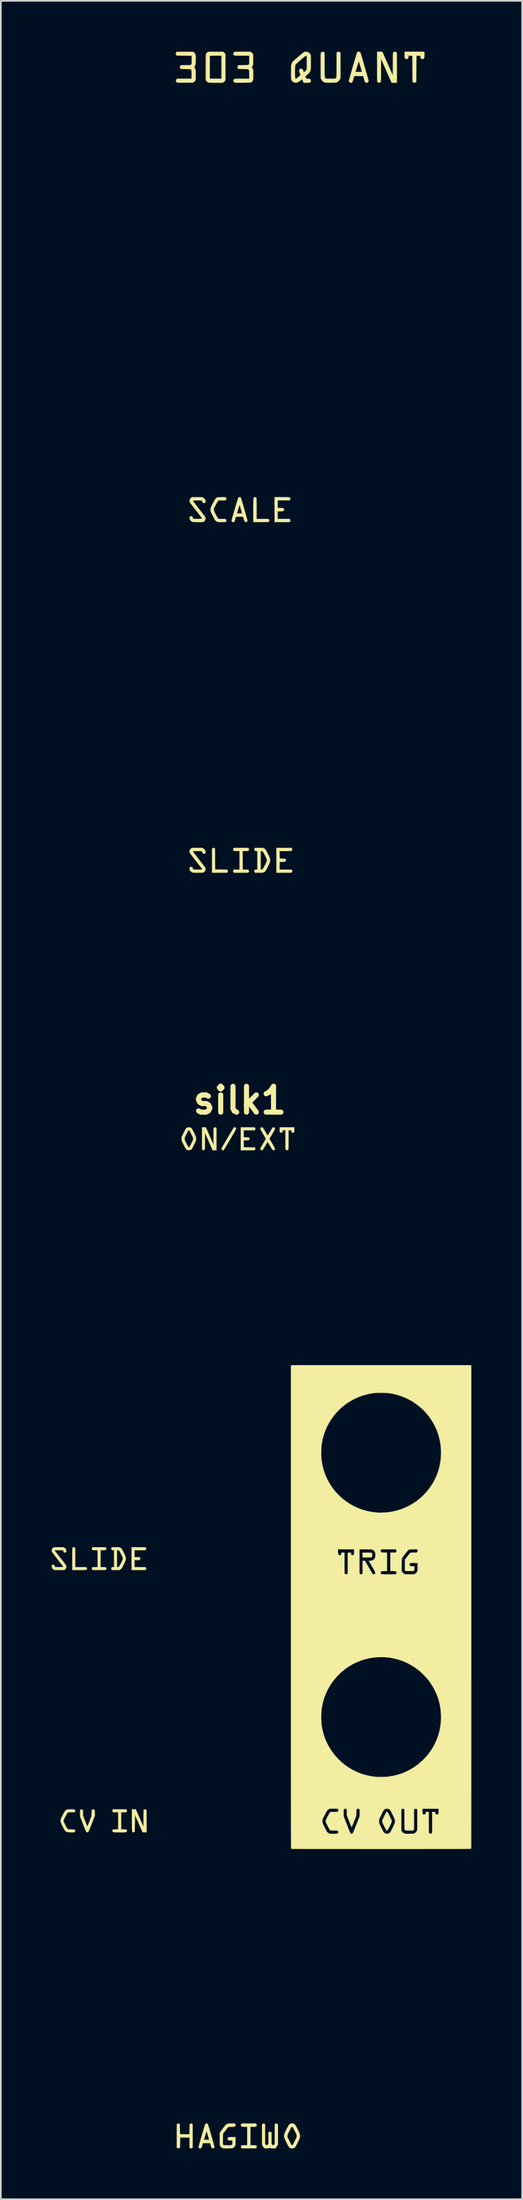
<source format=kicad_pcb>
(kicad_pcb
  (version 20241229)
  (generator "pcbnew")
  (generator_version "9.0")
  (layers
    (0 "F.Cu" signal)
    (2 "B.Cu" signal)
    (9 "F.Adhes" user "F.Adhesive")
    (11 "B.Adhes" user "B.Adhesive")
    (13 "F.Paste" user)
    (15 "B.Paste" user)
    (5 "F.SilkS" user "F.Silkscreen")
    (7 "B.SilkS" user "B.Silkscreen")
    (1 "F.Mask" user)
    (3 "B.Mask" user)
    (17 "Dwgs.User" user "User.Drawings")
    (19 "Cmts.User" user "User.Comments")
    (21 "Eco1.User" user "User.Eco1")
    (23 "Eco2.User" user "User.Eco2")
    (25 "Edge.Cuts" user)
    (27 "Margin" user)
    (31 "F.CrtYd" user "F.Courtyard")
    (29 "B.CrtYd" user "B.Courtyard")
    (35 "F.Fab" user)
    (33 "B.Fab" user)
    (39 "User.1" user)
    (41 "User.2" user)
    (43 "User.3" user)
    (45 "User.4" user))
  (footprint "silk1"
    (layer "F.Cu")
    (at 11.108 61.939)
    (property "Reference" "silk1" (at 0 0 0) (layer "F.SilkS") (effects (font (size 1.524 1.524) (thickness 0.3))))
    (attr through_hole)
    (fp_poly (pts (xy -1.494 -14.904) (xy -1.486 -14.899) (xy -1.461 -14.88) (xy -1.456 -14.259) (xy -1.451 -13.639) (xy -1.103 -13.636) (xy -0.756 -13.633) (xy -0.729 -13.609) (xy -0.708 -13.576) (xy -0.702 -13.538) (xy -0.711 -13.5) (xy -0.727 -13.478) (xy -0.752 -13.453) (xy -1.636 -13.453) (xy -1.636 -14.86) (xy -1.607 -14.889) (xy -1.571 -14.913) (xy -1.532 -14.918) (xy -1.494 -14.904)) (stroke (width 0.01) (type solid)) (fill yes) (layer "F.SilkS"))
    (fp_poly (pts (xy 7.796 26.737) (xy 7.809 26.754) (xy 7.817 26.771) (xy 7.82 26.792) (xy 7.82 26.824) (xy 7.819 26.853) (xy 7.817 26.896) (xy 7.813 26.923) (xy 7.807 26.941) (xy 7.796 26.954) (xy 7.788 26.962) (xy 7.779 26.969) (xy 7.769 26.975) (xy 7.757 26.979) (xy 7.739 26.982) (xy 7.713 26.984) (xy 7.676 26.986) (xy 7.627 26.986) (xy 7.561 26.986) (xy 7.509 26.986) (xy 7.259 26.986) (xy 7.259 26.705) (xy 7.769 26.705) (xy 7.796 26.737)) (stroke (width 0.01) (type solid)) (fill yes) (layer "F.SilkS"))
    (fp_poly (pts (xy -3.572 60.432) (xy -3.564 60.438) (xy -3.539 60.457) (xy -3.529 61.055) (xy -2.967 61.055) (xy -2.962 60.761) (xy -2.957 60.466) (xy -2.928 60.442) (xy -2.891 60.421) (xy -2.853 60.419) (xy -2.817 60.436) (xy -2.807 60.444) (xy -2.781 60.471) (xy -2.781 61.834) (xy -2.806 61.859) (xy -2.833 61.878) (xy -2.868 61.884) (xy -2.871 61.884) (xy -2.908 61.879) (xy -2.935 61.861) (xy -2.937 61.859) (xy -2.962 61.834) (xy -2.962 61.241) (xy -3.523 61.241) (xy -3.526 61.538) (xy -3.529 61.835) (xy -3.557 61.859) (xy -3.595 61.88) (xy -3.635 61.883) (xy -3.673 61.87) (xy -3.688 61.857) (xy -3.715 61.831) (xy -3.715 60.477) (xy -3.685 60.447) (xy -3.649 60.424) (xy -3.61 60.419) (xy -3.572 60.432)) (stroke (width 0.01) (type solid)) (fill yes) (layer "F.SilkS"))
    (fp_poly (pts (xy -5.913 42.377) (xy -5.687 42.89) (xy -5.682 42.402) (xy -5.677 41.913) (xy -5.649 41.889) (xy -5.612 41.869) (xy -5.574 41.868) (xy -5.537 41.887) (xy -5.535 41.889) (xy -5.507 41.913) (xy -5.504 42.567) (xy -5.501 43.221) (xy -5.619 43.218) (xy -5.737 43.215) (xy -5.963 42.699) (xy -6.189 42.182) (xy -6.194 42.677) (xy -6.199 43.172) (xy -6.228 43.196) (xy -6.263 43.216) (xy -6.299 43.217) (xy -6.32 43.208) (xy -6.329 43.203) (xy -6.336 43.198) (xy -6.343 43.191) (xy -6.348 43.18) (xy -6.352 43.165) (xy -6.356 43.144) (xy -6.359 43.115) (xy -6.361 43.078) (xy -6.362 43.029) (xy -6.363 42.969) (xy -6.364 42.895) (xy -6.364 42.805) (xy -6.365 42.7) (xy -6.365 42.577) (xy -6.365 42.515) (xy -6.365 41.865) (xy -6.139 41.865) (xy -5.913 42.377)) (stroke (width 0.01) (type solid)) (fill yes) (layer "F.SilkS"))
    (fp_poly (pts (xy 0.897 1.613) (xy 0.919 1.647) (xy 0.923 1.684) (xy 0.909 1.72) (xy 0.899 1.732) (xy 0.874 1.757) (xy 0.231 1.757) (xy 0.233 1.965) (xy 0.236 2.174) (xy 0.376 2.176) (xy 0.433 2.178) (xy 0.481 2.181) (xy 0.517 2.185) (xy 0.538 2.19) (xy 0.539 2.19) (xy 0.563 2.213) (xy 0.575 2.245) (xy 0.574 2.281) (xy 0.56 2.314) (xy 0.545 2.329) (xy 0.533 2.337) (xy 0.518 2.343) (xy 0.496 2.346) (xy 0.465 2.348) (xy 0.419 2.349) (xy 0.375 2.349) (xy 0.231 2.349) (xy 0.233 2.558) (xy 0.236 2.766) (xy 0.885 2.776) (xy 0.904 2.8) (xy 0.921 2.835) (xy 0.919 2.873) (xy 0.899 2.908) (xy 0.875 2.937) (xy 0.468 2.939) (xy 0.06 2.942) (xy 0.06 1.586) (xy 0.871 1.586) (xy 0.897 1.613)) (stroke (width 0.01) (type solid)) (fill yes) (layer "F.SilkS"))
    (fp_poly (pts (xy 10.903 -61.763) (xy 10.902 -61.691) (xy 10.9 -61.637) (xy 10.896 -61.596) (xy 10.889 -61.567) (xy 10.879 -61.545) (xy 10.865 -61.529) (xy 10.851 -61.518) (xy 10.813 -61.503) (xy 10.771 -61.503) (xy 10.73 -61.517) (xy 10.71 -61.531) (xy 10.692 -61.549) (xy 10.681 -61.568) (xy 10.676 -61.593) (xy 10.672 -61.629) (xy 10.667 -61.698) (xy 10.436 -61.698) (xy 10.431 -60.932) (xy 10.426 -60.165) (xy 10.393 -60.136) (xy 10.352 -60.111) (xy 10.308 -60.105) (xy 10.264 -60.118) (xy 10.238 -60.136) (xy 10.205 -60.165) (xy 10.195 -61.698) (xy 10.082 -61.701) (xy 9.969 -61.704) (xy 9.969 -61.652) (xy 9.962 -61.594) (xy 9.943 -61.549) (xy 9.911 -61.519) (xy 9.87 -61.505) (xy 9.835 -61.505) (xy 9.793 -61.519) (xy 9.766 -61.542) (xy 9.738 -61.573) (xy 9.738 -61.934) (xy 10.903 -61.934) (xy 10.903 -61.763)) (stroke (width 0.01) (type solid)) (fill yes) (layer "F.SilkS"))
    (fp_poly (pts (xy -9.767 26.39) (xy -9.74 26.407) (xy -9.718 26.43) (xy -9.718 27.558) (xy -9.407 27.558) (xy -9.309 27.559) (xy -9.23 27.559) (xy -9.167 27.561) (xy -9.119 27.564) (xy -9.083 27.57) (xy -9.057 27.577) (xy -9.041 27.588) (xy -9.031 27.602) (xy -9.027 27.62) (xy -9.026 27.642) (xy -9.026 27.654) (xy -9.032 27.686) (xy -9.052 27.708) (xy -9.059 27.714) (xy -9.067 27.718) (xy -9.079 27.721) (xy -9.096 27.724) (xy -9.119 27.726) (xy -9.152 27.727) (xy -9.195 27.728) (xy -9.251 27.729) (xy -9.323 27.729) (xy -9.41 27.729) (xy -9.484 27.729) (xy -9.889 27.729) (xy -9.889 27.091) (xy -9.889 26.957) (xy -9.889 26.842) (xy -9.888 26.744) (xy -9.888 26.662) (xy -9.887 26.595) (xy -9.885 26.54) (xy -9.883 26.496) (xy -9.88 26.463) (xy -9.877 26.438) (xy -9.872 26.42) (xy -9.867 26.408) (xy -9.861 26.4) (xy -9.853 26.394) (xy -9.844 26.39) (xy -9.843 26.39) (xy -9.805 26.383) (xy -9.767 26.39)) (stroke (width 0.01) (type solid)) (fill yes) (layer "F.SilkS"))
    (fp_poly (pts (xy 8.711 42.019) (xy 8.726 42.032) (xy 8.743 42.055) (xy 8.764 42.09) (xy 8.79 42.138) (xy 8.822 42.202) (xy 8.853 42.263) (xy 8.893 42.343) (xy 8.925 42.409) (xy 8.948 42.463) (xy 8.964 42.509) (xy 8.971 42.55) (xy 8.97 42.591) (xy 8.96 42.633) (xy 8.943 42.68) (xy 8.916 42.737) (xy 8.882 42.805) (xy 8.849 42.869) (xy 8.813 42.941) (xy 8.783 42.997) (xy 8.761 43.039) (xy 8.743 43.069) (xy 8.73 43.088) (xy 8.719 43.1) (xy 8.71 43.106) (xy 8.704 43.107) (xy 8.679 43.106) (xy 8.664 43.1) (xy 8.656 43.089) (xy 8.64 43.063) (xy 8.618 43.023) (xy 8.592 42.973) (xy 8.562 42.915) (xy 8.539 42.869) (xy 8.504 42.799) (xy 8.478 42.744) (xy 8.458 42.702) (xy 8.444 42.669) (xy 8.435 42.642) (xy 8.43 42.62) (xy 8.426 42.599) (xy 8.425 42.577) (xy 8.421 42.507) (xy 8.534 42.27) (xy 8.568 42.201) (xy 8.599 42.141) (xy 8.625 42.09) (xy 8.646 42.053) (xy 8.661 42.03) (xy 8.667 42.024) (xy 8.683 42.017) (xy 8.697 42.015) (xy 8.711 42.019)) (stroke (width 0.01) (type solid)) (fill yes) (layer "F.SilkS"))
    (fp_poly (pts (xy -2.116 1.586) (xy -2.003 1.587) (xy -1.551 2.615) (xy -1.541 1.635) (xy -1.513 1.61) (xy -1.476 1.59) (xy -1.438 1.589) (xy -1.402 1.607) (xy -1.375 1.628) (xy -1.375 2.942) (xy -1.598 2.942) (xy -1.635 2.859) (xy -1.647 2.832) (xy -1.666 2.79) (xy -1.691 2.734) (xy -1.721 2.666) (xy -1.755 2.589) (xy -1.792 2.505) (xy -1.831 2.416) (xy -1.863 2.342) (xy -2.053 1.908) (xy -2.058 2.399) (xy -2.059 2.511) (xy -2.06 2.605) (xy -2.061 2.682) (xy -2.063 2.744) (xy -2.064 2.793) (xy -2.065 2.831) (xy -2.067 2.859) (xy -2.07 2.879) (xy -2.072 2.892) (xy -2.076 2.901) (xy -2.08 2.907) (xy -2.083 2.911) (xy -2.113 2.93) (xy -2.148 2.938) (xy -2.18 2.932) (xy -2.184 2.93) (xy -2.193 2.925) (xy -2.2 2.92) (xy -2.207 2.913) (xy -2.212 2.903) (xy -2.217 2.889) (xy -2.22 2.868) (xy -2.223 2.839) (xy -2.225 2.802) (xy -2.227 2.754) (xy -2.228 2.695) (xy -2.228 2.621) (xy -2.229 2.533) (xy -2.229 2.429) (xy -2.229 2.306) (xy -2.229 2.237) (xy -2.229 1.586) (xy -2.116 1.586)) (stroke (width 0.01) (type solid)) (fill yes) (layer "F.SilkS"))
    (fp_poly (pts (xy -0.267 1.596) (xy -0.247 1.607) (xy -0.228 1.628) (xy -0.221 1.654) (xy -0.221 1.668) (xy -0.222 1.678) (xy -0.226 1.691) (xy -0.233 1.709) (xy -0.244 1.732) (xy -0.26 1.763) (xy -0.281 1.802) (xy -0.308 1.851) (xy -0.342 1.911) (xy -0.383 1.982) (xy -0.433 2.067) (xy -0.491 2.167) (xy -0.559 2.282) (xy -0.573 2.307) (xy -0.633 2.408) (xy -0.69 2.504) (xy -0.743 2.593) (xy -0.792 2.675) (xy -0.836 2.748) (xy -0.874 2.81) (xy -0.904 2.861) (xy -0.927 2.897) (xy -0.942 2.919) (xy -0.946 2.924) (xy -0.973 2.939) (xy -1.004 2.937) (xy -1.019 2.932) (xy -1.053 2.909) (xy -1.071 2.876) (xy -1.072 2.844) (xy -1.065 2.827) (xy -1.05 2.795) (xy -1.024 2.747) (xy -0.989 2.683) (xy -0.944 2.604) (xy -0.888 2.508) (xy -0.823 2.395) (xy -0.747 2.266) (xy -0.713 2.209) (xy -0.654 2.109) (xy -0.597 2.013) (xy -0.544 1.924) (xy -0.496 1.843) (xy -0.453 1.771) (xy -0.416 1.71) (xy -0.387 1.66) (xy -0.365 1.625) (xy -0.353 1.604) (xy -0.349 1.599) (xy -0.329 1.588) (xy -0.299 1.587) (xy -0.267 1.596)) (stroke (width 0.01) (type solid)) (fill yes) (layer "F.SilkS"))
    (fp_poly (pts (xy 0.975 60.447) (xy 0.998 60.483) (xy 1.003 60.521) (xy 0.991 60.557) (xy 0.963 60.588) (xy 0.947 60.597) (xy 0.928 60.602) (xy 0.891 60.606) (xy 0.841 60.608) (xy 0.78 60.609) (xy 0.632 60.609) (xy 0.632 61.703) (xy 0.791 61.703) (xy 0.855 61.704) (xy 0.902 61.705) (xy 0.935 61.709) (xy 0.958 61.715) (xy 0.974 61.724) (xy 0.985 61.737) (xy 0.992 61.75) (xy 1.004 61.79) (xy 0.996 61.83) (xy 0.977 61.857) (xy 0.951 61.884) (xy 0.12 61.884) (xy 0.095 61.859) (xy 0.076 61.832) (xy 0.07 61.797) (xy 0.07 61.793) (xy 0.075 61.757) (xy 0.093 61.73) (xy 0.095 61.728) (xy 0.105 61.718) (xy 0.115 61.712) (xy 0.13 61.707) (xy 0.152 61.705) (xy 0.185 61.703) (xy 0.232 61.703) (xy 0.281 61.703) (xy 0.442 61.703) (xy 0.442 60.61) (xy 0.282 60.607) (xy 0.222 60.605) (xy 0.178 60.604) (xy 0.148 60.602) (xy 0.127 60.598) (xy 0.113 60.593) (xy 0.103 60.585) (xy 0.096 60.579) (xy 0.075 60.547) (xy 0.069 60.508) (xy 0.079 60.469) (xy 0.097 60.444) (xy 0.123 60.418) (xy 0.945 60.418) (xy 0.975 60.447)) (stroke (width 0.01) (type solid)) (fill yes) (layer "F.SilkS"))
    (fp_poly (pts (xy 2.605 -35.63) (xy 2.705 -35.629) (xy 2.787 -35.628) (xy 2.85 -35.627) (xy 2.895 -35.624) (xy 2.924 -35.622) (xy 2.935 -35.619) (xy 2.97 -35.592) (xy 2.988 -35.557) (xy 2.99 -35.519) (xy 2.974 -35.482) (xy 2.962 -35.469) (xy 2.933 -35.44) (xy 2.239 -35.44) (xy 2.239 -34.988) (xy 2.39 -34.988) (xy 2.459 -34.987) (xy 2.511 -34.984) (xy 2.549 -34.979) (xy 2.575 -34.97) (xy 2.593 -34.956) (xy 2.605 -34.937) (xy 2.61 -34.923) (xy 2.616 -34.894) (xy 2.611 -34.868) (xy 2.605 -34.854) (xy 2.594 -34.834) (xy 2.579 -34.819) (xy 2.559 -34.809) (xy 2.529 -34.802) (xy 2.487 -34.799) (xy 2.429 -34.797) (xy 2.389 -34.797) (xy 2.239 -34.797) (xy 2.239 -34.345) (xy 2.933 -34.345) (xy 2.962 -34.316) (xy 2.986 -34.28) (xy 2.992 -34.242) (xy 2.981 -34.206) (xy 2.953 -34.177) (xy 2.942 -34.17) (xy 2.932 -34.166) (xy 2.917 -34.163) (xy 2.896 -34.16) (xy 2.865 -34.158) (xy 2.825 -34.157) (xy 2.772 -34.156) (xy 2.705 -34.155) (xy 2.622 -34.155) (xy 2.522 -34.154) (xy 2.485 -34.154) (xy 2.058 -34.154) (xy 2.058 -35.63) (xy 2.485 -35.63) (xy 2.605 -35.63)) (stroke (width 0.01) (type solid)) (fill yes) (layer "F.SilkS"))
    (fp_poly (pts (xy -5.896 26.384) (xy -5.814 26.384) (xy -5.74 26.385) (xy -5.676 26.386) (xy -5.625 26.387) (xy -5.589 26.388) (xy -5.569 26.39) (xy -5.567 26.39) (xy -5.55 26.405) (xy -5.533 26.432) (xy -5.523 26.462) (xy -5.522 26.475) (xy -5.529 26.495) (xy -5.545 26.519) (xy -5.551 26.525) (xy -5.58 26.555) (xy -6.214 26.555) (xy -6.214 26.966) (xy -6.078 26.966) (xy -6.009 26.967) (xy -5.956 26.971) (xy -5.919 26.979) (xy -5.895 26.992) (xy -5.881 27.011) (xy -5.874 27.037) (xy -5.873 27.061) (xy -5.882 27.097) (xy -5.896 27.115) (xy -5.907 27.124) (xy -5.919 27.129) (xy -5.937 27.133) (xy -5.963 27.136) (xy -6.003 27.137) (xy -6.058 27.137) (xy -6.067 27.137) (xy -6.214 27.137) (xy -6.214 27.558) (xy -5.58 27.558) (xy -5.551 27.588) (xy -5.532 27.612) (xy -5.522 27.634) (xy -5.522 27.639) (xy -5.527 27.667) (xy -5.541 27.696) (xy -5.559 27.718) (xy -5.567 27.723) (xy -5.581 27.724) (xy -5.612 27.726) (xy -5.659 27.727) (xy -5.719 27.728) (xy -5.79 27.728) (xy -5.87 27.729) (xy -5.957 27.729) (xy -5.984 27.729) (xy -6.385 27.729) (xy -6.385 26.384) (xy -5.984 26.384) (xy -5.896 26.384)) (stroke (width 0.01) (type solid)) (fill yes) (layer "F.SilkS"))
    (fp_poly (pts (xy -6.686 41.894) (xy -6.662 41.925) (xy -6.657 41.957) (xy -6.667 41.989) (xy -6.678 42.006) (xy -6.693 42.018) (xy -6.716 42.027) (xy -6.749 42.033) (xy -6.797 42.036) (xy -6.861 42.038) (xy -6.862 42.038) (xy -7.003 42.041) (xy -7.003 43.044) (xy -6.867 43.047) (xy -6.804 43.048) (xy -6.757 43.05) (xy -6.724 43.054) (xy -6.702 43.059) (xy -6.688 43.067) (xy -6.678 43.078) (xy -6.671 43.091) (xy -6.66 43.13) (xy -6.668 43.169) (xy -6.693 43.2) (xy -6.701 43.205) (xy -6.71 43.209) (xy -6.722 43.213) (xy -6.74 43.215) (xy -6.766 43.217) (xy -6.801 43.219) (xy -6.849 43.219) (xy -6.91 43.22) (xy -6.986 43.22) (xy -7.081 43.22) (xy -7.087 43.22) (xy -7.201 43.219) (xy -7.295 43.218) (xy -7.369 43.217) (xy -7.424 43.215) (xy -7.459 43.212) (xy -7.474 43.209) (xy -7.504 43.183) (xy -7.519 43.149) (xy -7.519 43.113) (xy -7.504 43.079) (xy -7.496 43.071) (xy -7.486 43.063) (xy -7.474 43.057) (xy -7.456 43.053) (xy -7.429 43.051) (xy -7.39 43.05) (xy -7.335 43.049) (xy -7.326 43.049) (xy -7.178 43.049) (xy -7.178 42.035) (xy -7.478 42.035) (xy -7.499 42.009) (xy -7.517 41.972) (xy -7.518 41.933) (xy -7.502 41.898) (xy -7.495 41.889) (xy -7.47 41.865) (xy -6.715 41.865) (xy -6.686 41.894)) (stroke (width 0.01) (type solid)) (fill yes) (layer "F.SilkS"))
    (fp_poly (pts (xy 3.223 1.72) (xy 3.222 1.775) (xy 3.221 1.814) (xy 3.219 1.84) (xy 3.214 1.857) (xy 3.208 1.869) (xy 3.202 1.875) (xy 3.168 1.899) (xy 3.128 1.904) (xy 3.102 1.897) (xy 3.074 1.881) (xy 3.059 1.857) (xy 3.052 1.82) (xy 3.052 1.803) (xy 3.052 1.757) (xy 2.881 1.757) (xy 2.881 2.303) (xy 2.881 2.441) (xy 2.881 2.559) (xy 2.88 2.659) (xy 2.878 2.739) (xy 2.877 2.802) (xy 2.874 2.846) (xy 2.872 2.873) (xy 2.87 2.88) (xy 2.853 2.908) (xy 2.825 2.93) (xy 2.794 2.941) (xy 2.789 2.941) (xy 2.771 2.937) (xy 2.751 2.929) (xy 2.741 2.923) (xy 2.732 2.917) (xy 2.724 2.909) (xy 2.718 2.896) (xy 2.713 2.879) (xy 2.709 2.854) (xy 2.706 2.821) (xy 2.704 2.777) (xy 2.703 2.722) (xy 2.702 2.654) (xy 2.701 2.571) (xy 2.701 2.472) (xy 2.701 2.354) (xy 2.701 2.312) (xy 2.701 1.757) (xy 2.53 1.757) (xy 2.53 1.806) (xy 2.528 1.838) (xy 2.52 1.86) (xy 2.502 1.879) (xy 2.498 1.882) (xy 2.462 1.902) (xy 2.426 1.902) (xy 2.392 1.882) (xy 2.382 1.872) (xy 2.373 1.86) (xy 2.366 1.846) (xy 2.362 1.827) (xy 2.36 1.798) (xy 2.359 1.756) (xy 2.359 1.716) (xy 2.359 1.586) (xy 3.223 1.586) (xy 3.223 1.72)) (stroke (width 0.01) (type solid)) (fill yes) (layer "F.SilkS"))
    (fp_poly (pts (xy 3.073 -14.889) (xy 3.096 -14.854) (xy 3.102 -14.817) (xy 3.091 -14.781) (xy 3.065 -14.752) (xy 3.04 -14.739) (xy 3.02 -14.735) (xy 2.981 -14.733) (xy 2.924 -14.731) (xy 2.85 -14.729) (xy 2.76 -14.728) (xy 2.679 -14.728) (xy 2.349 -14.728) (xy 2.352 -14.505) (xy 2.354 -14.281) (xy 2.517 -14.276) (xy 2.578 -14.274) (xy 2.623 -14.272) (xy 2.653 -14.269) (xy 2.674 -14.266) (xy 2.688 -14.26) (xy 2.698 -14.253) (xy 2.703 -14.249) (xy 2.721 -14.217) (xy 2.726 -14.179) (xy 2.715 -14.141) (xy 2.701 -14.121) (xy 2.692 -14.112) (xy 2.681 -14.105) (xy 2.667 -14.1) (xy 2.645 -14.097) (xy 2.612 -14.095) (xy 2.565 -14.094) (xy 2.516 -14.093) (xy 2.354 -14.09) (xy 2.352 -13.862) (xy 2.349 -13.634) (xy 2.699 -13.634) (xy 2.792 -13.634) (xy 2.867 -13.633) (xy 2.926 -13.633) (xy 2.971 -13.632) (xy 3.005 -13.631) (xy 3.029 -13.629) (xy 3.046 -13.626) (xy 3.057 -13.622) (xy 3.065 -13.618) (xy 3.07 -13.613) (xy 3.089 -13.59) (xy 3.098 -13.568) (xy 3.099 -13.525) (xy 3.082 -13.487) (xy 3.07 -13.473) (xy 3.064 -13.468) (xy 3.057 -13.464) (xy 3.047 -13.461) (xy 3.031 -13.459) (xy 3.008 -13.457) (xy 2.977 -13.455) (xy 2.935 -13.454) (xy 2.881 -13.454) (xy 2.812 -13.453) (xy 2.727 -13.453) (xy 2.625 -13.453) (xy 2.608 -13.453) (xy 2.169 -13.453) (xy 2.169 -14.919) (xy 3.044 -14.919) (xy 3.073 -14.889)) (stroke (width 0.01) (type solid)) (fill yes) (layer "F.SilkS"))
    (fp_poly (pts (xy 0.181 -14.919) (xy 0.269 -14.918) (xy 0.34 -14.918) (xy 0.397 -14.916) (xy 0.44 -14.914) (xy 0.473 -14.911) (xy 0.497 -14.906) (xy 0.514 -14.899) (xy 0.525 -14.891) (xy 0.532 -14.881) (xy 0.537 -14.868) (xy 0.54 -14.859) (xy 0.546 -14.816) (xy 0.532 -14.777) (xy 0.515 -14.756) (xy 0.505 -14.748) (xy 0.493 -14.741) (xy 0.476 -14.737) (xy 0.451 -14.734) (xy 0.415 -14.732) (xy 0.363 -14.73) (xy 0.33 -14.73) (xy 0.171 -14.727) (xy 0.176 -13.639) (xy 0.336 -13.634) (xy 0.392 -13.631) (xy 0.441 -13.629) (xy 0.479 -13.625) (xy 0.504 -13.622) (xy 0.511 -13.62) (xy 0.523 -13.605) (xy 0.537 -13.581) (xy 0.538 -13.577) (xy 0.547 -13.551) (xy 0.545 -13.528) (xy 0.538 -13.509) (xy 0.523 -13.483) (xy 0.505 -13.465) (xy 0.503 -13.464) (xy 0.487 -13.461) (xy 0.451 -13.458) (xy 0.396 -13.456) (xy 0.321 -13.454) (xy 0.226 -13.453) (xy 0.111 -13.453) (xy 0.072 -13.453) (xy -0.34 -13.453) (xy -0.366 -13.484) (xy -0.383 -13.512) (xy -0.391 -13.54) (xy -0.392 -13.543) (xy -0.385 -13.571) (xy -0.368 -13.6) (xy -0.366 -13.603) (xy -0.34 -13.634) (xy -0.01 -13.634) (xy -0.01 -14.728) (xy -0.154 -14.728) (xy -0.225 -14.729) (xy -0.278 -14.732) (xy -0.317 -14.738) (xy -0.345 -14.747) (xy -0.364 -14.76) (xy -0.377 -14.778) (xy -0.377 -14.779) (xy -0.39 -14.82) (xy -0.385 -14.857) (xy -0.362 -14.889) (xy -0.333 -14.919) (xy 0.075 -14.919) (xy 0.181 -14.919)) (stroke (width 0.01) (type solid)) (fill yes) (layer "F.SilkS"))
    (fp_poly (pts (xy -9.296 41.884) (xy -9.29 41.889) (xy -9.261 41.913) (xy -9.256 42.087) (xy -9.25 42.261) (xy -9.127 42.573) (xy -9.097 42.647) (xy -9.07 42.715) (xy -9.046 42.775) (xy -9.027 42.824) (xy -9.012 42.86) (xy -9.003 42.882) (xy -9.001 42.886) (xy -8.997 42.878) (xy -8.986 42.853) (xy -8.97 42.814) (xy -8.949 42.762) (xy -8.924 42.701) (xy -8.896 42.631) (xy -8.874 42.575) (xy -8.75 42.261) (xy -8.744 42.087) (xy -8.739 41.913) (xy -8.711 41.889) (xy -8.675 41.869) (xy -8.636 41.868) (xy -8.599 41.887) (xy -8.597 41.889) (xy -8.569 41.913) (xy -8.565 42.084) (xy -8.562 42.254) (xy -8.743 42.715) (xy -8.787 42.825) (xy -8.824 42.918) (xy -8.855 42.995) (xy -8.881 43.058) (xy -8.903 43.108) (xy -8.922 43.147) (xy -8.937 43.176) (xy -8.951 43.196) (xy -8.963 43.209) (xy -8.975 43.216) (xy -8.987 43.219) (xy -8.998 43.219) (xy -9.026 43.214) (xy -9.043 43.208) (xy -9.049 43.205) (xy -9.055 43.201) (xy -9.06 43.195) (xy -9.067 43.186) (xy -9.075 43.171) (xy -9.085 43.149) (xy -9.098 43.119) (xy -9.115 43.079) (xy -9.136 43.027) (xy -9.161 42.963) (xy -9.192 42.884) (xy -9.229 42.789) (xy -9.261 42.707) (xy -9.427 42.28) (xy -9.427 42.097) (xy -9.427 42.032) (xy -9.427 41.984) (xy -9.425 41.951) (xy -9.423 41.928) (xy -9.419 41.912) (xy -9.413 41.902) (xy -9.405 41.892) (xy -9.402 41.889) (xy -9.369 41.869) (xy -9.333 41.867) (xy -9.296 41.884)) (stroke (width 0.01) (type solid)) (fill yes) (layer "F.SilkS"))
    (fp_poly (pts (xy 0.93 -35.622) (xy 0.96 -35.602) (xy 0.981 -35.577) (xy 0.982 -35.575) (xy 0.985 -35.564) (xy 0.987 -35.541) (xy 0.989 -35.505) (xy 0.99 -35.456) (xy 0.992 -35.393) (xy 0.993 -35.314) (xy 0.993 -35.218) (xy 0.994 -35.105) (xy 0.994 -34.973) (xy 0.994 -34.947) (xy 0.994 -34.345) (xy 1.33 -34.345) (xy 1.433 -34.345) (xy 1.517 -34.344) (xy 1.584 -34.343) (xy 1.634 -34.341) (xy 1.668 -34.338) (xy 1.688 -34.335) (xy 1.692 -34.333) (xy 1.718 -34.313) (xy 1.738 -34.283) (xy 1.747 -34.251) (xy 1.747 -34.25) (xy 1.738 -34.217) (xy 1.716 -34.186) (xy 1.687 -34.166) (xy 1.685 -34.166) (xy 1.669 -34.163) (xy 1.636 -34.161) (xy 1.589 -34.16) (xy 1.53 -34.158) (xy 1.461 -34.157) (xy 1.385 -34.156) (xy 1.305 -34.155) (xy 1.224 -34.154) (xy 1.143 -34.154) (xy 1.065 -34.154) (xy 0.993 -34.155) (xy 0.93 -34.155) (xy 0.877 -34.156) (xy 0.838 -34.158) (xy 0.815 -34.16) (xy 0.81 -34.161) (xy 0.808 -34.173) (xy 0.807 -34.202) (xy 0.805 -34.248) (xy 0.805 -34.308) (xy 0.804 -34.38) (xy 0.803 -34.462) (xy 0.803 -34.552) (xy 0.803 -34.649) (xy 0.803 -34.75) (xy 0.803 -34.853) (xy 0.803 -34.956) (xy 0.804 -35.057) (xy 0.805 -35.155) (xy 0.806 -35.247) (xy 0.807 -35.331) (xy 0.808 -35.406) (xy 0.809 -35.469) (xy 0.811 -35.518) (xy 0.812 -35.552) (xy 0.814 -35.568) (xy 0.814 -35.569) (xy 0.833 -35.598) (xy 0.863 -35.621) (xy 0.896 -35.63) (xy 0.899 -35.63) (xy 0.93 -35.622)) (stroke (width 0.01) (type solid)) (fill yes) (layer "F.SilkS"))
    (fp_poly (pts (xy -8.207 26.384) (xy -8.127 26.384) (xy -8.063 26.385) (xy -8.013 26.385) (xy -7.976 26.386) (xy -7.949 26.388) (xy -7.93 26.391) (xy -7.917 26.394) (xy -7.909 26.397) (xy -7.903 26.402) (xy -7.901 26.404) (xy -7.884 26.428) (xy -7.875 26.448) (xy -7.877 26.479) (xy -7.891 26.511) (xy -7.913 26.537) (xy -7.927 26.545) (xy -7.947 26.549) (xy -7.981 26.552) (xy -8.027 26.554) (xy -8.078 26.555) (xy -8.087 26.555) (xy -8.222 26.555) (xy -8.222 27.558) (xy -8.078 27.558) (xy -8.02 27.559) (xy -7.979 27.56) (xy -7.951 27.562) (xy -7.931 27.566) (xy -7.917 27.572) (xy -7.909 27.578) (xy -7.883 27.61) (xy -7.875 27.648) (xy -7.881 27.675) (xy -7.887 27.688) (xy -7.893 27.699) (xy -7.901 27.708) (xy -7.914 27.715) (xy -7.933 27.72) (xy -7.961 27.723) (xy -7.999 27.726) (xy -8.049 27.728) (xy -8.113 27.728) (xy -8.193 27.729) (xy -8.29 27.729) (xy -8.308 27.729) (xy -8.691 27.729) (xy -8.713 27.706) (xy -8.73 27.674) (xy -8.734 27.635) (xy -8.723 27.599) (xy -8.715 27.587) (xy -8.707 27.578) (xy -8.697 27.572) (xy -8.682 27.567) (xy -8.658 27.564) (xy -8.622 27.562) (xy -8.572 27.561) (xy -8.545 27.56) (xy -8.393 27.557) (xy -8.393 26.555) (xy -8.529 26.555) (xy -8.599 26.554) (xy -8.651 26.55) (xy -8.688 26.542) (xy -8.713 26.529) (xy -8.727 26.51) (xy -8.733 26.484) (xy -8.734 26.46) (xy -8.725 26.423) (xy -8.711 26.406) (xy -8.705 26.4) (xy -8.698 26.396) (xy -8.687 26.392) (xy -8.672 26.389) (xy -8.65 26.387) (xy -8.619 26.386) (xy -8.577 26.385) (xy -8.522 26.384) (xy -8.452 26.384) (xy -8.365 26.384) (xy -8.305 26.384) (xy -8.207 26.384)) (stroke (width 0.01) (type solid)) (fill yes) (layer "F.SilkS"))
    (fp_poly (pts (xy 1.454 60.432) (xy 1.469 60.444) (xy 1.496 60.471) (xy 1.496 61.039) (xy 1.496 61.608) (xy 1.526 61.655) (xy 1.545 61.683) (xy 1.56 61.697) (xy 1.579 61.702) (xy 1.594 61.703) (xy 1.616 61.701) (xy 1.632 61.694) (xy 1.647 61.677) (xy 1.664 61.65) (xy 1.697 61.597) (xy 1.697 60.949) (xy 1.723 60.924) (xy 1.759 60.903) (xy 1.797 60.901) (xy 1.834 60.917) (xy 1.848 60.929) (xy 1.877 60.958) (xy 1.877 61.605) (xy 1.905 61.654) (xy 1.922 61.682) (xy 1.936 61.697) (xy 1.953 61.702) (xy 1.97 61.703) (xy 1.993 61.701) (xy 2.01 61.693) (xy 2.026 61.674) (xy 2.038 61.655) (xy 2.068 61.608) (xy 2.068 61.042) (xy 2.068 60.477) (xy 2.097 60.447) (xy 2.132 60.424) (xy 2.17 60.419) (xy 2.205 60.429) (xy 2.234 60.454) (xy 2.252 60.491) (xy 2.254 60.5) (xy 2.255 60.516) (xy 2.256 60.55) (xy 2.256 60.601) (xy 2.257 60.665) (xy 2.257 60.742) (xy 2.257 60.83) (xy 2.257 60.926) (xy 2.257 61.028) (xy 2.257 61.096) (xy 2.254 61.658) (xy 2.205 61.742) (xy 2.18 61.782) (xy 2.156 61.819) (xy 2.137 61.847) (xy 2.131 61.855) (xy 2.107 61.884) (xy 1.971 61.884) (xy 1.916 61.884) (xy 1.878 61.883) (xy 1.852 61.881) (xy 1.836 61.877) (xy 1.824 61.87) (xy 1.814 61.86) (xy 1.809 61.856) (xy 1.784 61.828) (xy 1.756 61.856) (xy 1.744 61.867) (xy 1.732 61.875) (xy 1.717 61.88) (xy 1.693 61.882) (xy 1.658 61.883) (xy 1.607 61.884) (xy 1.599 61.884) (xy 1.541 61.883) (xy 1.5 61.881) (xy 1.472 61.877) (xy 1.454 61.872) (xy 1.448 61.868) (xy 1.434 61.853) (xy 1.413 61.825) (xy 1.389 61.789) (xy 1.371 61.76) (xy 1.315 61.667) (xy 1.315 60.477) (xy 1.345 60.447) (xy 1.38 60.423) (xy 1.418 60.418) (xy 1.454 60.432)) (stroke (width 0.01) (type solid)) (fill yes) (layer "F.SilkS"))
    (fp_poly (pts (xy -1.48 -61.932) (xy -1.405 -61.932) (xy -0.987 -61.929) (xy -0.946 -61.901) (xy -0.913 -61.874) (xy -0.883 -61.842) (xy -0.876 -61.832) (xy -0.848 -61.79) (xy -0.848 -60.249) (xy -0.879 -60.206) (xy -0.916 -60.166) (xy -0.963 -60.135) (xy -1.016 -60.107) (xy -1.419 -60.107) (xy -1.525 -60.107) (xy -1.613 -60.108) (xy -1.685 -60.109) (xy -1.742 -60.11) (xy -1.786 -60.112) (xy -1.819 -60.114) (xy -1.842 -60.117) (xy -1.859 -60.121) (xy -1.862 -60.122) (xy -1.902 -60.144) (xy -1.941 -60.178) (xy -1.975 -60.219) (xy -1.996 -60.259) (xy -1.997 -60.265) (xy -2 -60.282) (xy -2.002 -60.315) (xy -2.003 -60.364) (xy -2.005 -60.43) (xy -2.005 -60.513) (xy -2.006 -60.613) (xy -2.006 -60.707) (xy -1.775 -60.707) (xy -1.775 -60.615) (xy -1.775 -60.534) (xy -1.775 -60.466) (xy -1.774 -60.412) (xy -1.773 -60.374) (xy -1.773 -60.353) (xy -1.772 -60.35) (xy -1.767 -60.347) (xy -1.751 -60.344) (xy -1.724 -60.341) (xy -1.685 -60.34) (xy -1.631 -60.339) (xy -1.56 -60.338) (xy -1.472 -60.338) (xy -1.421 -60.338) (xy -1.074 -60.338) (xy -1.074 -61.703) (xy -1.423 -61.701) (xy -1.772 -61.698) (xy -1.775 -61.03) (xy -1.775 -60.916) (xy -1.775 -60.808) (xy -1.775 -60.707) (xy -2.006 -60.707) (xy -2.006 -60.733) (xy -2.006 -60.871) (xy -2.006 -61.028) (xy -2.006 -61.042) (xy -2.005 -61.184) (xy -2.005 -61.307) (xy -2.004 -61.413) (xy -2.004 -61.504) (xy -2.003 -61.579) (xy -2.001 -61.642) (xy -1.999 -61.693) (xy -1.997 -61.734) (xy -1.993 -61.767) (xy -1.989 -61.792) (xy -1.984 -61.811) (xy -1.977 -61.826) (xy -1.97 -61.838) (xy -1.961 -61.849) (xy -1.95 -61.859) (xy -1.938 -61.87) (xy -1.937 -61.872) (xy -1.921 -61.886) (xy -1.906 -61.899) (xy -1.89 -61.909) (xy -1.87 -61.916) (xy -1.846 -61.923) (xy -1.814 -61.927) (xy -1.773 -61.93) (xy -1.721 -61.932) (xy -1.656 -61.933) (xy -1.576 -61.933) (xy -1.48 -61.932)) (stroke (width 0.01) (type solid)) (fill yes) (layer "F.SilkS"))
    (fp_poly (pts (xy -2.72 -61.902) (xy -2.687 -61.878) (xy -2.657 -61.848) (xy -2.647 -61.836) (xy -2.633 -61.812) (xy -2.621 -61.785) (xy -2.613 -61.752) (xy -2.607 -61.71) (xy -2.603 -61.658) (xy -2.602 -61.593) (xy -2.602 -61.512) (xy -2.603 -61.432) (xy -2.605 -61.346) (xy -2.607 -61.277) (xy -2.611 -61.223) (xy -2.616 -61.18) (xy -2.623 -61.146) (xy -2.632 -61.119) (xy -2.645 -61.094) (xy -2.661 -61.071) (xy -2.667 -61.062) (xy -2.683 -61.04) (xy -2.688 -61.025) (xy -2.682 -61.011) (xy -2.676 -61.001) (xy -2.662 -60.978) (xy -2.645 -60.944) (xy -2.632 -60.92) (xy -2.605 -60.865) (xy -2.605 -60.271) (xy -2.636 -60.222) (xy -2.674 -60.174) (xy -2.715 -60.142) (xy -2.764 -60.112) (xy -3.222 -60.11) (xy -3.316 -60.109) (xy -3.405 -60.109) (xy -3.487 -60.11) (xy -3.558 -60.111) (xy -3.617 -60.112) (xy -3.662 -60.113) (xy -3.691 -60.115) (xy -3.701 -60.116) (xy -3.734 -60.14) (xy -3.756 -60.178) (xy -3.765 -60.223) (xy -3.765 -60.224) (xy -3.762 -60.256) (xy -3.751 -60.28) (xy -3.731 -60.303) (xy -3.697 -60.338) (xy -2.841 -60.338) (xy -2.841 -60.83) (xy -2.876 -60.867) (xy -2.91 -60.905) (xy -3.193 -60.91) (xy -3.475 -60.915) (xy -3.505 -60.948) (xy -3.529 -60.988) (xy -3.533 -61.033) (xy -3.519 -61.08) (xy -3.519 -61.081) (xy -3.509 -61.098) (xy -3.498 -61.111) (xy -3.483 -61.121) (xy -3.462 -61.129) (xy -3.432 -61.134) (xy -3.392 -61.138) (xy -3.339 -61.14) (xy -3.271 -61.14) (xy -3.185 -61.141) (xy -2.909 -61.141) (xy -2.876 -61.174) (xy -2.862 -61.19) (xy -2.851 -61.206) (xy -2.843 -61.227) (xy -2.838 -61.255) (xy -2.834 -61.291) (xy -2.832 -61.339) (xy -2.832 -61.402) (xy -2.833 -61.482) (xy -2.833 -61.497) (xy -2.836 -61.698) (xy -3.276 -61.703) (xy -3.716 -61.708) (xy -3.746 -61.741) (xy -3.77 -61.782) (xy -3.776 -61.826) (xy -3.764 -61.87) (xy -3.746 -61.896) (xy -3.716 -61.929) (xy -2.766 -61.929) (xy -2.72 -61.902)) (stroke (width 0.01) (type solid)) (fill yes) (layer "F.SilkS"))
    (fp_poly (pts (xy -7.326 26.384) (xy -7.103 26.384) (xy -7.051 26.414) (xy -7.017 26.436) (xy -6.987 26.462) (xy -6.974 26.477) (xy -6.962 26.495) (xy -6.943 26.528) (xy -6.919 26.574) (xy -6.891 26.628) (xy -6.861 26.688) (xy -6.848 26.715) (xy -6.805 26.802) (xy -6.772 26.875) (xy -6.748 26.937) (xy -6.733 26.993) (xy -6.727 27.044) (xy -6.731 27.096) (xy -6.743 27.15) (xy -6.765 27.211) (xy -6.796 27.282) (xy -6.836 27.365) (xy -6.854 27.402) (xy -6.89 27.473) (xy -6.918 27.529) (xy -6.941 27.572) (xy -6.96 27.604) (xy -6.977 27.628) (xy -6.993 27.648) (xy -7.01 27.664) (xy -7.011 27.665) (xy -7.043 27.69) (xy -7.075 27.71) (xy -7.096 27.719) (xy -7.118 27.722) (xy -7.155 27.725) (xy -7.205 27.727) (xy -7.264 27.728) (xy -7.328 27.729) (xy -7.337 27.729) (xy -7.406 27.729) (xy -7.457 27.729) (xy -7.495 27.728) (xy -7.52 27.726) (xy -7.538 27.723) (xy -7.549 27.718) (xy -7.558 27.711) (xy -7.565 27.705) (xy -7.586 27.671) (xy -7.589 27.634) (xy -7.574 27.598) (xy -7.563 27.585) (xy -7.545 27.569) (xy -7.524 27.561) (xy -7.493 27.559) (xy -7.478 27.558) (xy -7.419 27.558) (xy -7.419 26.555) (xy -7.249 26.555) (xy -7.249 27.558) (xy -7.203 27.558) (xy -7.17 27.556) (xy -7.143 27.551) (xy -7.137 27.548) (xy -7.127 27.536) (xy -7.11 27.509) (xy -7.086 27.468) (xy -7.058 27.417) (xy -7.027 27.357) (xy -7.011 27.325) (xy -6.972 27.249) (xy -6.943 27.188) (xy -6.921 27.138) (xy -6.908 27.096) (xy -6.903 27.057) (xy -6.906 27.02) (xy -6.917 26.979) (xy -6.937 26.931) (xy -6.964 26.874) (xy -6.999 26.803) (xy -7.003 26.796) (xy -7.033 26.736) (xy -7.062 26.681) (xy -7.087 26.634) (xy -7.108 26.599) (xy -7.123 26.578) (xy -7.127 26.573) (xy -7.162 26.558) (xy -7.2 26.555) (xy -7.249 26.555) (xy -7.419 26.555) (xy -7.475 26.555) (xy -7.51 26.553) (xy -7.533 26.547) (xy -7.553 26.532) (xy -7.561 26.525) (xy -7.584 26.49) (xy -7.589 26.453) (xy -7.573 26.416) (xy -7.569 26.41) (xy -7.548 26.384) (xy -7.326 26.384)) (stroke (width 0.01) (type solid)) (fill yes) (layer "F.SilkS"))
    (fp_poly (pts (xy 0.041 -35.617) (xy 0.065 -35.597) (xy 0.07 -35.583) (xy 0.08 -35.552) (xy 0.095 -35.506) (xy 0.113 -35.445) (xy 0.134 -35.374) (xy 0.158 -35.293) (xy 0.184 -35.204) (xy 0.212 -35.109) (xy 0.24 -35.011) (xy 0.269 -34.911) (xy 0.297 -34.811) (xy 0.325 -34.713) (xy 0.351 -34.62) (xy 0.376 -34.532) (xy 0.398 -34.453) (xy 0.417 -34.383) (xy 0.432 -34.325) (xy 0.444 -34.282) (xy 0.45 -34.254) (xy 0.452 -34.244) (xy 0.445 -34.217) (xy 0.429 -34.19) (xy 0.428 -34.188) (xy 0.405 -34.168) (xy 0.377 -34.16) (xy 0.363 -34.16) (xy 0.329 -34.165) (xy 0.303 -34.18) (xy 0.282 -34.21) (xy 0.264 -34.256) (xy 0.261 -34.267) (xy 0.247 -34.315) (xy 0.231 -34.369) (xy 0.22 -34.405) (xy 0.2 -34.476) (xy -0.013 -34.476) (xy -0.226 -34.476) (xy -0.244 -34.413) (xy -0.265 -34.341) (xy -0.282 -34.286) (xy -0.295 -34.245) (xy -0.305 -34.216) (xy -0.314 -34.196) (xy -0.323 -34.183) (xy -0.331 -34.175) (xy -0.341 -34.169) (xy -0.377 -34.156) (xy -0.41 -34.159) (xy -0.434 -34.17) (xy -0.466 -34.197) (xy -0.481 -34.234) (xy -0.482 -34.247) (xy -0.479 -34.26) (xy -0.471 -34.291) (xy -0.458 -34.337) (xy -0.442 -34.397) (xy -0.422 -34.468) (xy -0.399 -34.549) (xy -0.373 -34.637) (xy -0.365 -34.666) (xy -0.168 -34.666) (xy -0.012 -34.666) (xy 0.047 -34.667) (xy 0.088 -34.667) (xy 0.116 -34.669) (xy 0.131 -34.672) (xy 0.138 -34.676) (xy 0.139 -34.682) (xy 0.138 -34.684) (xy 0.128 -34.723) (xy 0.114 -34.772) (xy 0.098 -34.828) (xy 0.08 -34.888) (xy 0.062 -34.95) (xy 0.044 -35.01) (xy 0.027 -35.065) (xy 0.013 -35.113) (xy 0.001 -35.149) (xy -0.007 -35.172) (xy -0.01 -35.178) (xy -0.014 -35.169) (xy -0.023 -35.143) (xy -0.036 -35.103) (xy -0.052 -35.051) (xy -0.071 -34.99) (xy -0.091 -34.922) (xy -0.168 -34.666) (xy -0.365 -34.666) (xy -0.346 -34.731) (xy -0.317 -34.829) (xy -0.288 -34.928) (xy -0.259 -35.027) (xy -0.23 -35.124) (xy -0.203 -35.217) (xy -0.177 -35.304) (xy -0.153 -35.383) (xy -0.132 -35.453) (xy -0.114 -35.51) (xy -0.1 -35.554) (xy -0.091 -35.581) (xy -0.087 -35.591) (xy -0.063 -35.614) (xy -0.029 -35.625) (xy 0.008 -35.627) (xy 0.041 -35.617)) (stroke (width 0.01) (type solid)) (fill yes) (layer "F.SilkS"))
    (fp_poly (pts (xy 5.875 -61.928) (xy 5.896 -61.913) (xy 5.91 -61.901) (xy 5.948 -61.865) (xy 5.948 -60.372) (xy 5.915 -60.305) (xy 5.869 -60.233) (xy 5.808 -60.174) (xy 5.744 -60.135) (xy 5.731 -60.128) (xy 5.717 -60.123) (xy 5.701 -60.119) (xy 5.68 -60.116) (xy 5.652 -60.114) (xy 5.615 -60.112) (xy 5.565 -60.111) (xy 5.501 -60.11) (xy 5.421 -60.11) (xy 5.381 -60.11) (xy 5.285 -60.109) (xy 5.207 -60.109) (xy 5.145 -60.11) (xy 5.097 -60.112) (xy 5.062 -60.114) (xy 5.037 -60.118) (xy 5.023 -60.121) (xy 4.95 -60.154) (xy 4.887 -60.205) (xy 4.835 -60.271) (xy 4.81 -60.316) (xy 4.784 -60.373) (xy 4.781 -61.091) (xy 4.78 -61.254) (xy 4.78 -61.398) (xy 4.78 -61.522) (xy 4.781 -61.626) (xy 4.782 -61.71) (xy 4.783 -61.773) (xy 4.785 -61.817) (xy 4.787 -61.841) (xy 4.788 -61.844) (xy 4.809 -61.888) (xy 4.842 -61.916) (xy 4.887 -61.928) (xy 4.901 -61.929) (xy 4.934 -61.927) (xy 4.955 -61.919) (xy 4.976 -61.901) (xy 4.98 -61.896) (xy 5.01 -61.863) (xy 5.01 -61.155) (xy 5.01 -61.014) (xy 5.01 -60.891) (xy 5.01 -60.786) (xy 5.011 -60.696) (xy 5.011 -60.621) (xy 5.013 -60.559) (xy 5.015 -60.509) (xy 5.018 -60.469) (xy 5.021 -60.438) (xy 5.026 -60.415) (xy 5.031 -60.397) (xy 5.038 -60.385) (xy 5.046 -60.375) (xy 5.055 -60.368) (xy 5.066 -60.361) (xy 5.072 -60.358) (xy 5.083 -60.352) (xy 5.096 -60.347) (xy 5.113 -60.343) (xy 5.136 -60.341) (xy 5.169 -60.339) (xy 5.214 -60.338) (xy 5.273 -60.338) (xy 5.349 -60.338) (xy 5.366 -60.338) (xy 5.446 -60.338) (xy 5.508 -60.338) (xy 5.555 -60.339) (xy 5.59 -60.34) (xy 5.615 -60.343) (xy 5.633 -60.346) (xy 5.647 -60.351) (xy 5.658 -60.357) (xy 5.66 -60.358) (xy 5.672 -60.365) (xy 5.682 -60.372) (xy 5.691 -60.38) (xy 5.698 -60.391) (xy 5.704 -60.406) (xy 5.709 -60.426) (xy 5.713 -60.453) (xy 5.716 -60.489) (xy 5.718 -60.534) (xy 5.72 -60.59) (xy 5.721 -60.658) (xy 5.722 -60.741) (xy 5.722 -60.838) (xy 5.723 -60.953) (xy 5.723 -61.085) (xy 5.723 -61.155) (xy 5.723 -61.863) (xy 5.75 -61.895) (xy 5.777 -61.918) (xy 5.81 -61.929) (xy 5.825 -61.931) (xy 5.854 -61.933) (xy 5.875 -61.928)) (stroke (width 0.01) (type solid)) (fill yes) (layer "F.SilkS"))
    (fp_poly (pts (xy -1.916 60.425) (xy -1.894 60.44) (xy -1.888 60.45) (xy -1.88 60.468) (xy -1.87 60.497) (xy -1.856 60.537) (xy -1.839 60.589) (xy -1.819 60.655) (xy -1.795 60.735) (xy -1.767 60.832) (xy -1.734 60.945) (xy -1.697 61.076) (xy -1.684 61.121) (xy -1.652 61.232) (xy -1.622 61.339) (xy -1.594 61.438) (xy -1.568 61.53) (xy -1.546 61.611) (xy -1.527 61.68) (xy -1.512 61.736) (xy -1.502 61.777) (xy -1.497 61.801) (xy -1.496 61.806) (xy -1.505 61.84) (xy -1.53 61.867) (xy -1.564 61.882) (xy -1.584 61.884) (xy -1.619 61.879) (xy -1.646 61.865) (xy -1.666 61.837) (xy -1.683 61.793) (xy -1.686 61.783) (xy -1.701 61.734) (xy -1.716 61.679) (xy -1.727 61.643) (xy -1.748 61.572) (xy -2.175 61.572) (xy -2.214 61.704) (xy -2.233 61.768) (xy -2.25 61.814) (xy -2.265 61.847) (xy -2.281 61.867) (xy -2.298 61.879) (xy -2.32 61.883) (xy -2.335 61.884) (xy -2.369 61.881) (xy -2.392 61.869) (xy -2.405 61.857) (xy -2.424 61.828) (xy -2.43 61.801) (xy -2.427 61.788) (xy -2.419 61.757) (xy -2.407 61.711) (xy -2.39 61.652) (xy -2.37 61.581) (xy -2.348 61.501) (xy -2.322 61.413) (xy -2.314 61.382) (xy -2.117 61.382) (xy -1.962 61.382) (xy -1.909 61.381) (xy -1.864 61.38) (xy -1.83 61.378) (xy -1.81 61.376) (xy -1.807 61.375) (xy -1.81 61.362) (xy -1.817 61.333) (xy -1.829 61.292) (xy -1.843 61.241) (xy -1.86 61.185) (xy -1.878 61.125) (xy -1.896 61.065) (xy -1.913 61.008) (xy -1.929 60.957) (xy -1.942 60.915) (xy -1.952 60.885) (xy -1.957 60.871) (xy -1.958 60.87) (xy -1.963 60.879) (xy -1.972 60.904) (xy -1.985 60.944) (xy -2.001 60.994) (xy -2.019 61.053) (xy -2.026 61.078) (xy -2.046 61.143) (xy -2.064 61.204) (xy -2.08 61.258) (xy -2.093 61.301) (xy -2.102 61.329) (xy -2.103 61.334) (xy -2.117 61.382) (xy -2.314 61.382) (xy -2.296 61.319) (xy -2.268 61.222) (xy -2.239 61.123) (xy -2.211 61.025) (xy -2.183 60.929) (xy -2.156 60.836) (xy -2.13 60.75) (xy -2.107 60.672) (xy -2.087 60.605) (xy -2.07 60.549) (xy -2.057 60.506) (xy -2.048 60.48) (xy -2.046 60.475) (xy -2.023 60.441) (xy -1.988 60.422) (xy -1.955 60.418) (xy -1.916 60.425)) (stroke (width 0.01) (type solid)) (fill yes) (layer "F.SilkS"))
    (fp_poly (pts (xy 1.142 -14.919) (xy 1.223 -14.918) (xy 1.287 -14.917) (xy 1.338 -14.914) (xy 1.377 -14.909) (xy 1.408 -14.901) (xy 1.434 -14.89) (xy 1.458 -14.874) (xy 1.483 -14.854) (xy 1.496 -14.842) (xy 1.511 -14.826) (xy 1.527 -14.806) (xy 1.545 -14.779) (xy 1.567 -14.742) (xy 1.593 -14.693) (xy 1.625 -14.63) (xy 1.657 -14.565) (xy 1.703 -14.472) (xy 1.74 -14.393) (xy 1.767 -14.325) (xy 1.785 -14.265) (xy 1.794 -14.211) (xy 1.794 -14.157) (xy 1.785 -14.103) (xy 1.766 -14.043) (xy 1.738 -13.976) (xy 1.701 -13.897) (xy 1.661 -13.815) (xy 1.619 -13.731) (xy 1.583 -13.663) (xy 1.553 -13.609) (xy 1.526 -13.567) (xy 1.501 -13.535) (xy 1.476 -13.511) (xy 1.45 -13.493) (xy 1.422 -13.477) (xy 1.421 -13.477) (xy 1.404 -13.469) (xy 1.387 -13.463) (xy 1.368 -13.459) (xy 1.343 -13.456) (xy 1.31 -13.455) (xy 1.266 -13.454) (xy 1.207 -13.453) (xy 1.139 -13.453) (xy 0.907 -13.453) (xy 0.883 -13.479) (xy 0.863 -13.511) (xy 0.859 -13.543) (xy 0.866 -13.583) (xy 0.883 -13.608) (xy 0.898 -13.622) (xy 0.916 -13.63) (xy 0.942 -13.633) (xy 0.976 -13.634) (xy 1.044 -13.634) (xy 1.044 -14.726) (xy 1.007 -14.728) (xy 1.235 -14.728) (xy 1.235 -13.631) (xy 1.286 -13.636) (xy 1.328 -13.644) (xy 1.356 -13.661) (xy 1.36 -13.665) (xy 1.371 -13.68) (xy 1.389 -13.711) (xy 1.413 -13.754) (xy 1.442 -13.807) (xy 1.473 -13.866) (xy 1.492 -13.905) (xy 1.527 -13.972) (xy 1.553 -14.025) (xy 1.572 -14.066) (xy 1.585 -14.097) (xy 1.594 -14.121) (xy 1.599 -14.141) (xy 1.601 -14.161) (xy 1.601 -14.181) (xy 1.601 -14.187) (xy 1.601 -14.209) (xy 1.599 -14.229) (xy 1.595 -14.25) (xy 1.587 -14.274) (xy 1.574 -14.305) (xy 1.555 -14.345) (xy 1.53 -14.398) (xy 1.501 -14.457) (xy 1.47 -14.518) (xy 1.44 -14.575) (xy 1.413 -14.625) (xy 1.39 -14.664) (xy 1.374 -14.689) (xy 1.369 -14.694) (xy 1.347 -14.715) (xy 1.326 -14.725) (xy 1.297 -14.728) (xy 1.286 -14.728) (xy 1.235 -14.728) (xy 1.007 -14.728) (xy 0.979 -14.73) (xy 0.939 -14.734) (xy 0.913 -14.741) (xy 0.894 -14.754) (xy 0.889 -14.759) (xy 0.866 -14.794) (xy 0.861 -14.834) (xy 0.872 -14.873) (xy 0.888 -14.894) (xy 0.913 -14.919) (xy 1.142 -14.919)) (stroke (width 0.01) (type solid)) (fill yes) (layer "F.SilkS"))
    (fp_poly (pts (xy -0.94 -35.629) (xy -0.892 -35.627) (xy -0.857 -35.622) (xy -0.832 -35.615) (xy -0.815 -35.605) (xy -0.803 -35.591) (xy -0.794 -35.572) (xy -0.793 -35.571) (xy -0.786 -35.529) (xy -0.798 -35.489) (xy -0.818 -35.464) (xy -0.827 -35.456) (xy -0.836 -35.45) (xy -0.849 -35.445) (xy -0.868 -35.442) (xy -0.896 -35.441) (xy -0.937 -35.44) (xy -0.992 -35.44) (xy -1.049 -35.44) (xy -1.119 -35.439) (xy -1.171 -35.439) (xy -1.209 -35.438) (xy -1.235 -35.436) (xy -1.253 -35.433) (xy -1.264 -35.428) (xy -1.273 -35.422) (xy -1.278 -35.417) (xy -1.289 -35.402) (xy -1.308 -35.372) (xy -1.333 -35.33) (xy -1.362 -35.278) (xy -1.394 -35.219) (xy -1.416 -35.178) (xy -1.531 -34.963) (xy -1.531 -34.892) (xy -1.531 -34.87) (xy -1.529 -34.851) (xy -1.526 -34.831) (xy -1.519 -34.81) (xy -1.507 -34.782) (xy -1.49 -34.747) (xy -1.467 -34.701) (xy -1.436 -34.641) (xy -1.418 -34.606) (xy -1.385 -34.545) (xy -1.354 -34.488) (xy -1.326 -34.439) (xy -1.303 -34.401) (xy -1.286 -34.376) (xy -1.279 -34.368) (xy -1.27 -34.36) (xy -1.259 -34.354) (xy -1.244 -34.35) (xy -1.223 -34.348) (xy -1.191 -34.346) (xy -1.147 -34.345) (xy -1.086 -34.345) (xy -1.054 -34.345) (xy -0.855 -34.345) (xy -0.824 -34.319) (xy -0.799 -34.287) (xy -0.792 -34.249) (xy -0.803 -34.21) (xy -0.817 -34.188) (xy -0.842 -34.159) (xy -1.051 -34.157) (xy -1.133 -34.157) (xy -1.196 -34.158) (xy -1.244 -34.16) (xy -1.279 -34.164) (xy -1.302 -34.169) (xy -1.371 -34.199) (xy -1.428 -34.243) (xy -1.437 -34.252) (xy -1.45 -34.27) (xy -1.471 -34.304) (xy -1.496 -34.35) (xy -1.526 -34.404) (xy -1.558 -34.465) (xy -1.591 -34.528) (xy -1.623 -34.592) (xy -1.652 -34.652) (xy -1.677 -34.705) (xy -1.697 -34.749) (xy -1.71 -34.781) (xy -1.713 -34.79) (xy -1.725 -34.872) (xy -1.722 -34.956) (xy -1.716 -34.988) (xy -1.707 -35.014) (xy -1.69 -35.054) (xy -1.666 -35.104) (xy -1.637 -35.163) (xy -1.605 -35.226) (xy -1.571 -35.292) (xy -1.536 -35.355) (xy -1.504 -35.414) (xy -1.474 -35.466) (xy -1.448 -35.507) (xy -1.429 -35.535) (xy -1.424 -35.541) (xy -1.397 -35.567) (xy -1.373 -35.587) (xy -1.348 -35.602) (xy -1.319 -35.612) (xy -1.283 -35.619) (xy -1.236 -35.624) (xy -1.177 -35.627) (xy -1.101 -35.628) (xy -1.083 -35.628) (xy -1.002 -35.629) (xy -0.94 -35.629)) (stroke (width 0.01) (type solid)) (fill yes) (layer "F.SilkS"))
    (fp_poly (pts (xy -9.903 41.865) (xy -9.851 41.865) (xy -9.814 41.866) (xy -9.788 41.868) (xy -9.77 41.871) (xy -9.759 41.876) (xy -9.75 41.883) (xy -9.743 41.889) (xy -9.723 41.922) (xy -9.718 41.959) (xy -9.727 41.995) (xy -9.741 42.014) (xy -9.751 42.021) (xy -9.761 42.027) (xy -9.777 42.031) (xy -9.8 42.033) (xy -9.833 42.035) (xy -9.881 42.035) (xy -9.945 42.035) (xy -9.952 42.035) (xy -10.018 42.036) (xy -10.066 42.036) (xy -10.101 42.037) (xy -10.125 42.04) (xy -10.141 42.044) (xy -10.153 42.049) (xy -10.162 42.057) (xy -10.164 42.058) (xy -10.176 42.073) (xy -10.196 42.104) (xy -10.221 42.146) (xy -10.25 42.197) (xy -10.282 42.253) (xy -10.292 42.271) (xy -10.326 42.335) (xy -10.352 42.385) (xy -10.37 42.423) (xy -10.383 42.452) (xy -10.391 42.476) (xy -10.396 42.498) (xy -10.398 42.52) (xy -10.399 42.528) (xy -10.403 42.595) (xy -10.301 42.794) (xy -10.269 42.854) (xy -10.24 42.909) (xy -10.214 42.956) (xy -10.192 42.992) (xy -10.178 43.015) (xy -10.174 43.019) (xy -10.165 43.028) (xy -10.155 43.034) (xy -10.142 43.039) (xy -10.122 43.043) (xy -10.092 43.045) (xy -10.049 43.047) (xy -9.991 43.048) (xy -9.953 43.049) (xy -9.886 43.051) (xy -9.835 43.053) (xy -9.799 43.055) (xy -9.775 43.058) (xy -9.759 43.062) (xy -9.748 43.067) (xy -9.741 43.074) (xy -9.737 43.078) (xy -9.72 43.113) (xy -9.722 43.15) (xy -9.743 43.186) (xy -9.748 43.191) (xy -9.777 43.22) (xy -9.966 43.219) (xy -10.027 43.219) (xy -10.083 43.217) (xy -10.13 43.215) (xy -10.163 43.213) (xy -10.18 43.211) (xy -10.236 43.187) (xy -10.291 43.151) (xy -10.299 43.145) (xy -10.316 43.124) (xy -10.341 43.086) (xy -10.373 43.03) (xy -10.413 42.957) (xy -10.445 42.896) (xy -10.491 42.806) (xy -10.527 42.731) (xy -10.554 42.667) (xy -10.572 42.611) (xy -10.58 42.559) (xy -10.579 42.509) (xy -10.568 42.457) (xy -10.548 42.4) (xy -10.519 42.335) (xy -10.48 42.258) (xy -10.451 42.201) (xy -10.418 42.139) (xy -10.386 42.081) (xy -10.357 42.03) (xy -10.333 41.989) (xy -10.316 41.961) (xy -10.31 41.952) (xy -10.283 41.927) (xy -10.248 41.902) (xy -10.228 41.891) (xy -10.21 41.882) (xy -10.193 41.875) (xy -10.174 41.871) (xy -10.151 41.868) (xy -10.119 41.866) (xy -10.075 41.865) (xy -10.016 41.865) (xy -9.972 41.865) (xy -9.903 41.865)) (stroke (width 0.01) (type solid)) (fill yes) (layer "F.SilkS"))
    (fp_poly (pts (xy -0.271 60.446) (xy -0.247 60.482) (xy -0.242 60.521) (xy -0.253 60.557) (xy -0.282 60.588) (xy -0.298 60.597) (xy -0.317 60.602) (xy -0.355 60.605) (xy -0.407 60.608) (xy -0.473 60.609) (xy -0.485 60.609) (xy -0.542 60.609) (xy -0.592 60.61) (xy -0.633 60.611) (xy -0.659 60.613) (xy -0.667 60.615) (xy -0.677 60.624) (xy -0.698 60.647) (xy -0.727 60.682) (xy -0.763 60.726) (xy -0.803 60.776) (xy -0.836 60.818) (xy -0.989 61.015) (xy -0.992 61.328) (xy -0.995 61.641) (xy -0.945 61.698) (xy -0.501 61.704) (xy -0.466 61.669) (xy -0.432 61.635) (xy -0.432 61.414) (xy -0.546 61.41) (xy -0.597 61.408) (xy -0.631 61.406) (xy -0.655 61.402) (xy -0.67 61.395) (xy -0.683 61.386) (xy -0.686 61.383) (xy -0.706 61.358) (xy -0.718 61.331) (xy -0.718 61.331) (xy -0.717 61.297) (xy -0.703 61.263) (xy -0.681 61.236) (xy -0.673 61.231) (xy -0.657 61.228) (xy -0.622 61.225) (xy -0.574 61.223) (xy -0.513 61.221) (xy -0.452 61.221) (xy -0.251 61.221) (xy -0.251 61.449) (xy -0.251 61.525) (xy -0.252 61.583) (xy -0.254 61.627) (xy -0.256 61.66) (xy -0.259 61.684) (xy -0.264 61.702) (xy -0.269 61.718) (xy -0.27 61.719) (xy -0.309 61.782) (xy -0.363 61.833) (xy -0.404 61.858) (xy -0.42 61.866) (xy -0.435 61.872) (xy -0.451 61.876) (xy -0.472 61.879) (xy -0.499 61.881) (xy -0.537 61.883) (xy -0.586 61.883) (xy -0.651 61.883) (xy -0.717 61.883) (xy -0.798 61.883) (xy -0.861 61.883) (xy -0.91 61.882) (xy -0.946 61.88) (xy -0.973 61.877) (xy -0.993 61.874) (xy -1.009 61.869) (xy -1.021 61.864) (xy -1.068 61.835) (xy -1.113 61.793) (xy -1.15 61.746) (xy -1.16 61.728) (xy -1.165 61.716) (xy -1.169 61.703) (xy -1.173 61.686) (xy -1.175 61.664) (xy -1.177 61.634) (xy -1.178 61.593) (xy -1.179 61.541) (xy -1.179 61.473) (xy -1.18 61.389) (xy -1.18 61.336) (xy -1.18 60.985) (xy -1.152 60.93) (xy -1.138 60.906) (xy -1.114 60.87) (xy -1.081 60.825) (xy -1.042 60.772) (xy -0.998 60.715) (xy -0.968 60.676) (xy -0.914 60.607) (xy -0.869 60.552) (xy -0.832 60.509) (xy -0.8 60.477) (xy -0.768 60.454) (xy -0.736 60.438) (xy -0.7 60.429) (xy -0.657 60.423) (xy -0.604 60.421) (xy -0.539 60.42) (xy -0.509 60.42) (xy -0.301 60.416) (xy -0.271 60.446)) (stroke (width 0.01) (type solid)) (fill yes) (layer "F.SilkS"))
    (fp_poly (pts (xy 8.435 -61.901) (xy 8.441 -61.887) (xy 8.455 -61.855) (xy 8.476 -61.809) (xy 8.503 -61.749) (xy 8.535 -61.676) (xy 8.571 -61.593) (xy 8.612 -61.501) (xy 8.656 -61.401) (xy 8.702 -61.296) (xy 8.74 -61.211) (xy 8.787 -61.103) (xy 8.833 -60.999) (xy 8.875 -60.903) (xy 8.915 -60.815) (xy 8.949 -60.737) (xy 8.979 -60.67) (xy 9.004 -60.615) (xy 9.022 -60.575) (xy 9.033 -60.551) (xy 9.037 -60.544) (xy 9.039 -60.552) (xy 9.04 -60.578) (xy 9.041 -60.622) (xy 9.042 -60.68) (xy 9.043 -60.752) (xy 9.044 -60.836) (xy 9.045 -60.931) (xy 9.045 -61.034) (xy 9.046 -61.144) (xy 9.046 -61.188) (xy 9.046 -61.331) (xy 9.046 -61.455) (xy 9.047 -61.56) (xy 9.048 -61.648) (xy 9.049 -61.72) (xy 9.05 -61.777) (xy 9.052 -61.819) (xy 9.054 -61.848) (xy 9.056 -61.865) (xy 9.057 -61.868) (xy 9.083 -61.903) (xy 9.119 -61.924) (xy 9.161 -61.931) (xy 9.203 -61.925) (xy 9.24 -61.903) (xy 9.249 -61.894) (xy 9.277 -61.863) (xy 9.277 -60.107) (xy 8.969 -60.107) (xy 8.956 -60.134) (xy 8.95 -60.148) (xy 8.936 -60.178) (xy 8.916 -60.224) (xy 8.89 -60.284) (xy 8.859 -60.355) (xy 8.822 -60.438) (xy 8.782 -60.529) (xy 8.739 -60.628) (xy 8.693 -60.733) (xy 8.657 -60.814) (xy 8.609 -60.923) (xy 8.564 -61.027) (xy 8.521 -61.124) (xy 8.482 -61.213) (xy 8.447 -61.292) (xy 8.416 -61.361) (xy 8.392 -61.416) (xy 8.373 -61.458) (xy 8.361 -61.484) (xy 8.357 -61.492) (xy 8.355 -61.495) (xy 8.352 -61.491) (xy 8.35 -61.48) (xy 8.348 -61.46) (xy 8.347 -61.43) (xy 8.346 -61.388) (xy 8.345 -61.334) (xy 8.344 -61.266) (xy 8.344 -61.183) (xy 8.344 -61.083) (xy 8.343 -60.966) (xy 8.343 -60.853) (xy 8.343 -60.701) (xy 8.342 -60.569) (xy 8.342 -60.456) (xy 8.341 -60.362) (xy 8.339 -60.287) (xy 8.337 -60.23) (xy 8.335 -60.19) (xy 8.333 -60.168) (xy 8.332 -60.164) (xy 8.308 -60.133) (xy 8.272 -60.114) (xy 8.23 -60.108) (xy 8.187 -60.116) (xy 8.166 -60.126) (xy 8.141 -60.148) (xy 8.124 -60.176) (xy 8.123 -60.177) (xy 8.121 -60.191) (xy 8.119 -60.218) (xy 8.117 -60.259) (xy 8.116 -60.316) (xy 8.115 -60.388) (xy 8.114 -60.477) (xy 8.113 -60.583) (xy 8.112 -60.706) (xy 8.112 -60.848) (xy 8.112 -61.01) (xy 8.112 -61.072) (xy 8.112 -61.934) (xy 8.419 -61.934) (xy 8.435 -61.901)) (stroke (width 0.01) (type solid)) (fill yes) (layer "F.SilkS"))
    (fp_poly (pts (xy -2.968 1.589) (xy -2.909 1.605) (xy -2.856 1.637) (xy -2.839 1.653) (xy -2.827 1.67) (xy -2.808 1.702) (xy -2.784 1.747) (xy -2.756 1.801) (xy -2.725 1.862) (xy -2.7 1.912) (xy -2.657 2.001) (xy -2.623 2.076) (xy -2.598 2.139) (xy -2.581 2.194) (xy -2.573 2.245) (xy -2.574 2.294) (xy -2.584 2.345) (xy -2.603 2.401) (xy -2.63 2.466) (xy -2.667 2.543) (xy -2.704 2.619) (xy -2.737 2.684) (xy -2.767 2.743) (xy -2.793 2.794) (xy -2.815 2.835) (xy -2.831 2.862) (xy -2.838 2.874) (xy -2.876 2.903) (xy -2.926 2.924) (xy -2.981 2.936) (xy -3.035 2.937) (xy -3.058 2.932) (xy -3.108 2.912) (xy -3.155 2.88) (xy -3.187 2.848) (xy -3.198 2.83) (xy -3.217 2.797) (xy -3.241 2.752) (xy -3.269 2.698) (xy -3.299 2.637) (xy -3.32 2.596) (xy -3.428 2.375) (xy -3.428 2.26) (xy -3.257 2.26) (xy -3.257 2.282) (xy -3.256 2.301) (xy -3.252 2.321) (xy -3.244 2.344) (xy -3.233 2.373) (xy -3.215 2.411) (xy -3.191 2.461) (xy -3.159 2.526) (xy -3.152 2.54) (xy -3.117 2.611) (xy -3.089 2.666) (xy -3.066 2.706) (xy -3.048 2.735) (xy -3.032 2.754) (xy -3.019 2.765) (xy -3.006 2.77) (xy -3.002 2.77) (xy -2.99 2.766) (xy -2.976 2.757) (xy -2.966 2.744) (xy -2.949 2.716) (xy -2.926 2.675) (xy -2.899 2.625) (xy -2.87 2.567) (xy -2.853 2.533) (xy -2.815 2.457) (xy -2.786 2.396) (xy -2.765 2.346) (xy -2.753 2.304) (xy -2.748 2.265) (xy -2.752 2.226) (xy -2.764 2.184) (xy -2.785 2.134) (xy -2.814 2.074) (xy -2.851 1.999) (xy -2.852 1.996) (xy -2.883 1.935) (xy -2.911 1.88) (xy -2.936 1.833) (xy -2.956 1.797) (xy -2.97 1.775) (xy -2.974 1.77) (xy -2.994 1.759) (xy -3.019 1.763) (xy -3.02 1.763) (xy -3.03 1.768) (xy -3.041 1.78) (xy -3.055 1.799) (xy -3.072 1.828) (xy -3.094 1.869) (xy -3.123 1.925) (xy -3.152 1.983) (xy -3.185 2.05) (xy -3.21 2.103) (xy -3.229 2.143) (xy -3.242 2.174) (xy -3.25 2.198) (xy -3.254 2.219) (xy -3.256 2.239) (xy -3.257 2.26) (xy -3.428 2.26) (xy -3.428 2.151) (xy -3.306 1.905) (xy -3.266 1.826) (xy -3.234 1.764) (xy -3.208 1.716) (xy -3.188 1.68) (xy -3.171 1.656) (xy -3.157 1.64) (xy -3.15 1.634) (xy -3.094 1.603) (xy -3.032 1.588) (xy -2.968 1.589)) (stroke (width 0.01) (type solid)) (fill yes) (layer "F.SilkS"))
    (fp_poly (pts (xy 1.33 1.592) (xy 1.354 1.604) (xy 1.365 1.617) (xy 1.384 1.645) (xy 1.41 1.685) (xy 1.441 1.735) (xy 1.476 1.793) (xy 1.508 1.846) (xy 1.544 1.907) (xy 1.577 1.961) (xy 1.606 2.007) (xy 1.629 2.042) (xy 1.644 2.065) (xy 1.65 2.072) (xy 1.658 2.064) (xy 1.673 2.041) (xy 1.696 2.005) (xy 1.725 1.959) (xy 1.758 1.904) (xy 1.789 1.852) (xy 1.826 1.791) (xy 1.86 1.734) (xy 1.89 1.685) (xy 1.915 1.646) (xy 1.932 1.619) (xy 1.94 1.609) (xy 1.97 1.59) (xy 2.006 1.587) (xy 2.042 1.601) (xy 2.055 1.61) (xy 2.068 1.623) (xy 2.077 1.636) (xy 2.081 1.651) (xy 2.079 1.671) (xy 2.071 1.697) (xy 2.057 1.731) (xy 2.034 1.774) (xy 2.004 1.83) (xy 1.964 1.898) (xy 1.915 1.982) (xy 1.75 2.262) (xy 1.914 2.544) (xy 1.964 2.63) (xy 2.004 2.702) (xy 2.035 2.759) (xy 2.057 2.805) (xy 2.071 2.84) (xy 2.077 2.867) (xy 2.077 2.888) (xy 2.069 2.903) (xy 2.056 2.916) (xy 2.037 2.927) (xy 2.036 2.928) (xy 1.997 2.938) (xy 1.959 2.93) (xy 1.929 2.906) (xy 1.919 2.891) (xy 1.9 2.861) (xy 1.875 2.819) (xy 1.844 2.767) (xy 1.81 2.709) (xy 1.781 2.661) (xy 1.74 2.59) (xy 1.707 2.536) (xy 1.682 2.496) (xy 1.664 2.47) (xy 1.651 2.455) (xy 1.643 2.451) (xy 1.641 2.452) (xy 1.633 2.464) (xy 1.617 2.491) (xy 1.593 2.53) (xy 1.563 2.579) (xy 1.53 2.636) (xy 1.497 2.692) (xy 1.453 2.767) (xy 1.417 2.827) (xy 1.388 2.872) (xy 1.364 2.904) (xy 1.343 2.926) (xy 1.325 2.937) (xy 1.307 2.941) (xy 1.289 2.939) (xy 1.269 2.932) (xy 1.241 2.911) (xy 1.221 2.88) (xy 1.215 2.853) (xy 1.22 2.84) (xy 1.234 2.812) (xy 1.255 2.771) (xy 1.283 2.72) (xy 1.315 2.661) (xy 1.352 2.597) (xy 1.391 2.529) (xy 1.431 2.46) (xy 1.47 2.393) (xy 1.508 2.329) (xy 1.539 2.278) (xy 1.54 2.269) (xy 1.535 2.253) (xy 1.523 2.227) (xy 1.504 2.191) (xy 1.477 2.142) (xy 1.442 2.079) (xy 1.396 2.001) (xy 1.387 1.984) (xy 1.347 1.915) (xy 1.31 1.851) (xy 1.278 1.793) (xy 1.251 1.744) (xy 1.232 1.707) (xy 1.221 1.684) (xy 1.219 1.678) (xy 1.222 1.647) (xy 1.239 1.617) (xy 1.267 1.595) (xy 1.299 1.586) (xy 1.3 1.586) (xy 1.33 1.592)) (stroke (width 0.01) (type solid)) (fill yes) (layer "F.SilkS"))
    (fp_poly (pts (xy 3.133 60.42) (xy 3.169 60.425) (xy 3.201 60.437) (xy 3.231 60.457) (xy 3.26 60.485) (xy 3.29 60.525) (xy 3.322 60.577) (xy 3.358 60.643) (xy 3.399 60.725) (xy 3.426 60.78) (xy 3.47 60.873) (xy 3.506 60.951) (xy 3.533 61.017) (xy 3.551 61.075) (xy 3.56 61.128) (xy 3.56 61.18) (xy 3.552 61.233) (xy 3.534 61.29) (xy 3.508 61.355) (xy 3.473 61.431) (xy 3.428 61.521) (xy 3.419 61.54) (xy 3.385 61.607) (xy 3.353 61.669) (xy 3.324 61.723) (xy 3.3 61.768) (xy 3.281 61.8) (xy 3.269 61.816) (xy 3.269 61.816) (xy 3.22 61.854) (xy 3.159 61.876) (xy 3.092 61.883) (xy 3.052 61.881) (xy 3.016 61.875) (xy 2.995 61.869) (xy 2.969 61.856) (xy 2.945 61.84) (xy 2.923 61.82) (xy 2.9 61.792) (xy 2.876 61.755) (xy 2.848 61.707) (xy 2.815 61.645) (xy 2.777 61.568) (xy 2.76 61.533) (xy 2.714 61.44) (xy 2.678 61.361) (xy 2.65 61.294) (xy 2.632 61.235) (xy 2.626 61.206) (xy 2.809 61.206) (xy 2.93 61.448) (xy 2.962 61.513) (xy 2.992 61.571) (xy 3.019 61.621) (xy 3.041 61.66) (xy 3.056 61.686) (xy 3.064 61.696) (xy 3.064 61.696) (xy 3.095 61.701) (xy 3.122 61.688) (xy 3.13 61.68) (xy 3.14 61.665) (xy 3.157 61.635) (xy 3.181 61.592) (xy 3.208 61.539) (xy 3.239 61.48) (xy 3.259 61.438) (xy 3.298 61.361) (xy 3.328 61.298) (xy 3.35 61.246) (xy 3.364 61.202) (xy 3.37 61.161) (xy 3.367 61.121) (xy 3.356 61.078) (xy 3.337 61.029) (xy 3.309 60.97) (xy 3.273 60.898) (xy 3.254 60.86) (xy 3.222 60.797) (xy 3.194 60.741) (xy 3.169 60.692) (xy 3.149 60.655) (xy 3.136 60.63) (xy 3.131 60.622) (xy 3.107 60.606) (xy 3.079 60.609) (xy 3.053 60.627) (xy 3.041 60.643) (xy 3.022 60.675) (xy 2.997 60.719) (xy 2.969 60.773) (xy 2.939 60.832) (xy 2.921 60.868) (xy 2.888 60.937) (xy 2.862 60.992) (xy 2.843 61.035) (xy 2.829 61.068) (xy 2.821 61.094) (xy 2.816 61.117) (xy 2.813 61.139) (xy 2.813 61.144) (xy 2.809 61.206) (xy 2.626 61.206) (xy 2.622 61.182) (xy 2.621 61.13) (xy 2.63 61.076) (xy 2.647 61.018) (xy 2.673 60.953) (xy 2.708 60.876) (xy 2.753 60.786) (xy 2.763 60.766) (xy 2.802 60.687) (xy 2.835 60.624) (xy 2.861 60.575) (xy 2.883 60.537) (xy 2.901 60.51) (xy 2.917 60.49) (xy 2.928 60.478) (xy 2.978 60.442) (xy 3.035 60.423) (xy 3.092 60.418) (xy 3.133 60.42)) (stroke (width 0.01) (type solid)) (fill yes) (layer "F.SilkS"))
    (fp_poly (pts (xy 7.074 -61.926) (xy 7.108 -61.907) (xy 7.113 -61.902) (xy 7.119 -61.894) (xy 7.126 -61.877) (xy 7.136 -61.851) (xy 7.148 -61.814) (xy 7.164 -61.766) (xy 7.182 -61.706) (xy 7.205 -61.632) (xy 7.231 -61.543) (xy 7.261 -61.439) (xy 7.296 -61.319) (xy 7.336 -61.181) (xy 7.369 -61.065) (xy 7.404 -60.941) (xy 7.438 -60.823) (xy 7.47 -60.711) (xy 7.5 -60.607) (xy 7.526 -60.514) (xy 7.55 -60.431) (xy 7.57 -60.361) (xy 7.586 -60.305) (xy 7.598 -60.264) (xy 7.605 -60.24) (xy 7.606 -60.234) (xy 7.606 -60.205) (xy 7.594 -60.171) (xy 7.574 -60.14) (xy 7.56 -60.127) (xy 7.523 -60.11) (xy 7.481 -60.107) (xy 7.441 -60.117) (xy 7.409 -60.138) (xy 7.4 -60.149) (xy 7.393 -60.165) (xy 7.382 -60.197) (xy 7.367 -60.241) (xy 7.351 -60.293) (xy 7.34 -60.331) (xy 7.293 -60.493) (xy 7.026 -60.496) (xy 6.76 -60.499) (xy 6.711 -60.33) (xy 6.689 -60.258) (xy 6.671 -60.203) (xy 6.654 -60.163) (xy 6.637 -60.136) (xy 6.618 -60.119) (xy 6.596 -60.11) (xy 6.57 -60.107) (xy 6.561 -60.107) (xy 6.528 -60.109) (xy 6.504 -60.119) (xy 6.48 -60.141) (xy 6.457 -60.168) (xy 6.447 -60.193) (xy 6.445 -60.215) (xy 6.448 -60.229) (xy 6.456 -60.261) (xy 6.469 -60.309) (xy 6.486 -60.371) (xy 6.506 -60.445) (xy 6.53 -60.53) (xy 6.557 -60.623) (xy 6.585 -60.723) (xy 6.592 -60.746) (xy 6.837 -60.746) (xy 6.846 -60.744) (xy 6.873 -60.742) (xy 6.913 -60.74) (xy 6.965 -60.74) (xy 7.024 -60.739) (xy 7.029 -60.739) (xy 7.095 -60.739) (xy 7.144 -60.74) (xy 7.178 -60.741) (xy 7.2 -60.743) (xy 7.212 -60.746) (xy 7.216 -60.751) (xy 7.216 -60.757) (xy 7.216 -60.757) (xy 7.195 -60.832) (xy 7.172 -60.911) (xy 7.149 -60.99) (xy 7.126 -61.068) (xy 7.104 -61.142) (xy 7.083 -61.209) (xy 7.065 -61.268) (xy 7.049 -61.316) (xy 7.037 -61.351) (xy 7.03 -61.371) (xy 7.027 -61.374) (xy 7.023 -61.364) (xy 7.014 -61.336) (xy 7.001 -61.296) (xy 6.985 -61.244) (xy 6.967 -61.184) (xy 6.947 -61.119) (xy 6.926 -61.052) (xy 6.906 -60.984) (xy 6.887 -60.92) (xy 6.87 -60.862) (xy 6.855 -60.813) (xy 6.844 -60.775) (xy 6.838 -60.752) (xy 6.837 -60.746) (xy 6.592 -60.746) (xy 6.616 -60.829) (xy 6.647 -60.938) (xy 6.679 -61.049) (xy 6.711 -61.16) (xy 6.743 -61.269) (xy 6.774 -61.374) (xy 6.804 -61.474) (xy 6.831 -61.568) (xy 6.857 -61.652) (xy 6.879 -61.726) (xy 6.898 -61.788) (xy 6.913 -61.836) (xy 6.924 -61.868) (xy 6.929 -61.882) (xy 6.954 -61.91) (xy 6.991 -61.927) (xy 7.032 -61.932) (xy 7.074 -61.926)) (stroke (width 0.01) (type solid)) (fill yes) (layer "F.SilkS"))
    (fp_poly (pts (xy -2.366 -35.629) (xy -2.304 -35.627) (xy -2.255 -35.624) (xy -2.216 -35.618) (xy -2.185 -35.61) (xy -2.159 -35.599) (xy -2.136 -35.584) (xy -2.114 -35.565) (xy -2.099 -35.551) (xy -2.062 -35.506) (xy -2.036 -35.457) (xy -2.022 -35.407) (xy -2.022 -35.361) (xy -2.035 -35.322) (xy -2.055 -35.299) (xy -2.083 -35.286) (xy -2.117 -35.279) (xy -2.149 -35.281) (xy -2.165 -35.287) (xy -2.179 -35.303) (xy -2.194 -35.331) (xy -2.207 -35.364) (xy -2.212 -35.382) (xy -2.217 -35.399) (xy -2.225 -35.412) (xy -2.237 -35.422) (xy -2.256 -35.429) (xy -2.285 -35.434) (xy -2.325 -35.437) (xy -2.379 -35.438) (xy -2.449 -35.438) (xy -2.516 -35.437) (xy -2.593 -35.436) (xy -2.653 -35.435) (xy -2.698 -35.434) (xy -2.729 -35.432) (xy -2.749 -35.429) (xy -2.761 -35.426) (xy -2.767 -35.422) (xy -2.769 -35.417) (xy -2.763 -35.406) (xy -2.746 -35.379) (xy -2.717 -35.339) (xy -2.678 -35.286) (xy -2.629 -35.221) (xy -2.57 -35.144) (xy -2.503 -35.057) (xy -2.427 -34.961) (xy -2.415 -34.945) (xy -2.349 -34.861) (xy -2.287 -34.781) (xy -2.228 -34.706) (xy -2.176 -34.638) (xy -2.131 -34.578) (xy -2.093 -34.528) (xy -2.065 -34.49) (xy -2.047 -34.465) (xy -2.041 -34.456) (xy -2.031 -34.423) (xy -2.024 -34.382) (xy -2.024 -34.365) (xy -2.033 -34.304) (xy -2.06 -34.248) (xy -2.102 -34.201) (xy -2.121 -34.187) (xy -2.162 -34.159) (xy -2.454 -34.158) (xy -2.537 -34.157) (xy -2.612 -34.158) (xy -2.676 -34.159) (xy -2.727 -34.161) (xy -2.763 -34.163) (xy -2.78 -34.166) (xy -2.839 -34.192) (xy -2.889 -34.233) (xy -2.929 -34.284) (xy -2.954 -34.342) (xy -2.962 -34.396) (xy -2.955 -34.445) (xy -2.936 -34.479) (xy -2.915 -34.495) (xy -2.873 -34.504) (xy -2.834 -34.497) (xy -2.801 -34.474) (xy -2.779 -34.439) (xy -2.771 -34.394) (xy -2.763 -34.375) (xy -2.747 -34.36) (xy -2.737 -34.355) (xy -2.722 -34.352) (xy -2.699 -34.349) (xy -2.667 -34.348) (xy -2.622 -34.347) (xy -2.562 -34.347) (xy -2.485 -34.347) (xy -2.47 -34.348) (xy -2.382 -34.349) (xy -2.313 -34.351) (xy -2.262 -34.353) (xy -2.23 -34.356) (xy -2.214 -34.36) (xy -2.212 -34.361) (xy -2.217 -34.371) (xy -2.234 -34.395) (xy -2.261 -34.432) (xy -2.297 -34.481) (xy -2.341 -34.54) (xy -2.393 -34.607) (xy -2.45 -34.681) (xy -2.513 -34.762) (xy -2.574 -34.84) (xy -2.645 -34.932) (xy -2.711 -35.017) (xy -2.771 -35.096) (xy -2.824 -35.166) (xy -2.87 -35.227) (xy -2.906 -35.276) (xy -2.933 -35.314) (xy -2.948 -35.338) (xy -2.952 -35.345) (xy -2.962 -35.406) (xy -2.954 -35.467) (xy -2.929 -35.524) (xy -2.889 -35.574) (xy -2.859 -35.598) (xy -2.818 -35.625) (xy -2.538 -35.628) (xy -2.443 -35.629) (xy -2.366 -35.629)) (stroke (width 0.01) (type solid)) (fill yes) (layer "F.SilkS"))
    (fp_poly (pts (xy -10.606 26.384) (xy -10.541 26.384) (xy -10.49 26.385) (xy -10.452 26.387) (xy -10.424 26.389) (xy -10.404 26.392) (xy -10.389 26.396) (xy -10.376 26.401) (xy -10.373 26.403) (xy -10.318 26.441) (xy -10.276 26.491) (xy -10.249 26.549) (xy -10.24 26.609) (xy -10.243 26.64) (xy -10.253 26.662) (xy -10.271 26.679) (xy -10.297 26.696) (xy -10.321 26.705) (xy -10.325 26.705) (xy -10.356 26.696) (xy -10.384 26.674) (xy -10.403 26.644) (xy -10.406 26.635) (xy -10.417 26.605) (xy -10.432 26.58) (xy -10.453 26.555) (xy -10.687 26.555) (xy -10.774 26.555) (xy -10.841 26.556) (xy -10.889 26.559) (xy -10.918 26.562) (xy -10.929 26.566) (xy -10.93 26.568) (xy -10.931 26.571) (xy -10.931 26.576) (xy -10.927 26.583) (xy -10.92 26.595) (xy -10.908 26.612) (xy -10.891 26.635) (xy -10.868 26.666) (xy -10.837 26.706) (xy -10.798 26.756) (xy -10.75 26.817) (xy -10.692 26.892) (xy -10.623 26.98) (xy -10.583 27.03) (xy -10.522 27.109) (xy -10.464 27.183) (xy -10.411 27.252) (xy -10.364 27.314) (xy -10.323 27.367) (xy -10.292 27.409) (xy -10.27 27.439) (xy -10.259 27.456) (xy -10.259 27.457) (xy -10.246 27.494) (xy -10.24 27.538) (xy -10.24 27.544) (xy -10.243 27.581) (xy -10.254 27.612) (xy -10.273 27.644) (xy -10.289 27.668) (xy -10.305 27.686) (xy -10.321 27.701) (xy -10.342 27.711) (xy -10.369 27.719) (xy -10.405 27.724) (xy -10.452 27.727) (xy -10.512 27.728) (xy -10.588 27.729) (xy -10.657 27.729) (xy -10.742 27.728) (xy -10.81 27.728) (xy -10.862 27.727) (xy -10.901 27.725) (xy -10.929 27.722) (xy -10.949 27.719) (xy -10.963 27.715) (xy -10.968 27.713) (xy -11.024 27.674) (xy -11.067 27.623) (xy -11.094 27.566) (xy -11.103 27.506) (xy -11.098 27.463) (xy -11.081 27.435) (xy -11.049 27.421) (xy -11.019 27.418) (xy -10.987 27.421) (xy -10.966 27.431) (xy -10.954 27.444) (xy -10.939 27.47) (xy -10.933 27.495) (xy -10.926 27.519) (xy -10.913 27.539) (xy -10.905 27.545) (xy -10.896 27.55) (xy -10.883 27.553) (xy -10.862 27.556) (xy -10.831 27.557) (xy -10.789 27.557) (xy -10.731 27.557) (xy -10.656 27.556) (xy -10.655 27.556) (xy -10.575 27.555) (xy -10.51 27.553) (xy -10.461 27.55) (xy -10.428 27.547) (xy -10.415 27.544) (xy -10.414 27.543) (xy -10.42 27.534) (xy -10.436 27.51) (xy -10.463 27.473) (xy -10.499 27.425) (xy -10.543 27.367) (xy -10.594 27.301) (xy -10.65 27.228) (xy -10.712 27.149) (xy -10.746 27.105) (xy -10.814 27.018) (xy -10.877 26.936) (xy -10.934 26.862) (xy -10.984 26.796) (xy -11.026 26.739) (xy -11.059 26.694) (xy -11.081 26.661) (xy -11.093 26.642) (xy -11.094 26.639) (xy -11.103 26.583) (xy -11.095 26.526) (xy -11.073 26.472) (xy -11.039 26.428) (xy -11.003 26.402) (xy -10.991 26.397) (xy -10.977 26.393) (xy -10.958 26.389) (xy -10.932 26.387) (xy -10.895 26.385) (xy -10.847 26.384) (xy -10.784 26.384) (xy -10.704 26.384) (xy -10.689 26.384) (xy -10.606 26.384)) (stroke (width 0.01) (type solid)) (fill yes) (layer "F.SilkS"))
    (fp_poly (pts (xy -2.508 -14.919) (xy -2.424 -14.918) (xy -2.358 -14.918) (xy -2.306 -14.917) (xy -2.268 -14.916) (xy -2.239 -14.914) (xy -2.217 -14.91) (xy -2.2 -14.906) (xy -2.186 -14.901) (xy -2.179 -14.898) (xy -2.129 -14.868) (xy -2.088 -14.83) (xy -2.055 -14.786) (xy -2.032 -14.74) (xy -2.021 -14.693) (xy -2.021 -14.65) (xy -2.035 -14.613) (xy -2.063 -14.586) (xy -2.069 -14.582) (xy -2.112 -14.568) (xy -2.148 -14.573) (xy -2.178 -14.597) (xy -2.201 -14.639) (xy -2.203 -14.644) (xy -2.211 -14.669) (xy -2.219 -14.688) (xy -2.228 -14.703) (xy -2.242 -14.713) (xy -2.263 -14.72) (xy -2.293 -14.725) (xy -2.334 -14.727) (xy -2.389 -14.728) (xy -2.46 -14.728) (xy -2.511 -14.728) (xy -2.59 -14.728) (xy -2.651 -14.728) (xy -2.697 -14.727) (xy -2.729 -14.726) (xy -2.75 -14.724) (xy -2.763 -14.721) (xy -2.769 -14.717) (xy -2.771 -14.711) (xy -2.771 -14.709) (xy -2.765 -14.698) (xy -2.747 -14.673) (xy -2.72 -14.635) (xy -2.683 -14.585) (xy -2.638 -14.526) (xy -2.586 -14.458) (xy -2.529 -14.383) (xy -2.466 -14.302) (xy -2.414 -14.235) (xy -2.348 -14.151) (xy -2.285 -14.071) (xy -2.228 -13.997) (xy -2.176 -13.93) (xy -2.13 -13.871) (xy -2.093 -13.822) (xy -2.066 -13.785) (xy -2.048 -13.762) (xy -2.042 -13.753) (xy -2.023 -13.695) (xy -2.022 -13.635) (xy -2.04 -13.576) (xy -2.074 -13.524) (xy -2.075 -13.522) (xy -2.093 -13.503) (xy -2.108 -13.488) (xy -2.124 -13.477) (xy -2.144 -13.468) (xy -2.168 -13.462) (xy -2.201 -13.457) (xy -2.244 -13.455) (xy -2.3 -13.454) (xy -2.37 -13.453) (xy -2.458 -13.453) (xy -2.472 -13.453) (xy -2.558 -13.453) (xy -2.627 -13.453) (xy -2.681 -13.454) (xy -2.722 -13.455) (xy -2.752 -13.457) (xy -2.775 -13.46) (xy -2.792 -13.463) (xy -2.806 -13.468) (xy -2.818 -13.474) (xy -2.861 -13.502) (xy -2.902 -13.542) (xy -2.935 -13.586) (xy -2.948 -13.609) (xy -2.956 -13.64) (xy -2.961 -13.679) (xy -2.962 -13.694) (xy -2.955 -13.741) (xy -2.935 -13.774) (xy -2.901 -13.791) (xy -2.873 -13.794) (xy -2.829 -13.786) (xy -2.796 -13.762) (xy -2.777 -13.724) (xy -2.775 -13.713) (xy -2.761 -13.674) (xy -2.743 -13.653) (xy -2.734 -13.647) (xy -2.723 -13.642) (xy -2.707 -13.639) (xy -2.684 -13.637) (xy -2.651 -13.635) (xy -2.605 -13.634) (xy -2.544 -13.634) (xy -2.475 -13.634) (xy -2.397 -13.634) (xy -2.336 -13.634) (xy -2.291 -13.636) (xy -2.26 -13.637) (xy -2.238 -13.64) (xy -2.226 -13.644) (xy -2.219 -13.649) (xy -2.219 -13.649) (xy -2.211 -13.664) (xy -2.22 -13.68) (xy -2.221 -13.682) (xy -2.239 -13.703) (xy -2.266 -13.738) (xy -2.303 -13.783) (xy -2.346 -13.839) (xy -2.395 -13.901) (xy -2.449 -13.97) (xy -2.505 -14.043) (xy -2.563 -14.118) (xy -2.622 -14.194) (xy -2.68 -14.269) (xy -2.735 -14.341) (xy -2.787 -14.408) (xy -2.833 -14.469) (xy -2.874 -14.522) (xy -2.906 -14.565) (xy -2.929 -14.596) (xy -2.942 -14.614) (xy -2.944 -14.617) (xy -2.96 -14.668) (xy -2.96 -14.725) (xy -2.946 -14.782) (xy -2.919 -14.834) (xy -2.895 -14.86) (xy -2.877 -14.877) (xy -2.859 -14.889) (xy -2.839 -14.899) (xy -2.815 -14.907) (xy -2.783 -14.912) (xy -2.742 -14.915) (xy -2.689 -14.917) (xy -2.621 -14.918) (xy -2.537 -14.919) (xy -2.508 -14.919)) (stroke (width 0.01) (type solid)) (fill yes) (layer "F.SilkS"))
    (fp_poly (pts (xy 0.251 -61.934) (xy 0.335 -61.934) (xy 0.413 -61.933) (xy 0.483 -61.932) (xy 0.543 -61.93) (xy 0.591 -61.928) (xy 0.623 -61.925) (xy 0.636 -61.923) (xy 0.677 -61.904) (xy 0.718 -61.872) (xy 0.754 -61.832) (xy 0.774 -61.798) (xy 0.78 -61.785) (xy 0.784 -61.768) (xy 0.787 -61.747) (xy 0.79 -61.719) (xy 0.791 -61.68) (xy 0.792 -61.629) (xy 0.793 -61.563) (xy 0.793 -61.48) (xy 0.793 -61.475) (xy 0.793 -61.391) (xy 0.793 -61.325) (xy 0.792 -61.273) (xy 0.79 -61.234) (xy 0.788 -61.204) (xy 0.785 -61.18) (xy 0.781 -61.161) (xy 0.775 -61.144) (xy 0.772 -61.136) (xy 0.756 -61.1) (xy 0.739 -61.067) (xy 0.728 -61.053) (xy 0.705 -61.026) (xy 0.734 -60.983) (xy 0.752 -60.957) (xy 0.766 -60.933) (xy 0.777 -60.91) (xy 0.785 -60.883) (xy 0.79 -60.851) (xy 0.794 -60.81) (xy 0.796 -60.759) (xy 0.797 -60.695) (xy 0.798 -60.614) (xy 0.798 -60.568) (xy 0.798 -60.479) (xy 0.797 -60.408) (xy 0.796 -60.352) (xy 0.793 -60.308) (xy 0.788 -60.274) (xy 0.781 -60.248) (xy 0.772 -60.227) (xy 0.759 -60.209) (xy 0.743 -60.19) (xy 0.731 -60.178) (xy 0.716 -60.163) (xy 0.703 -60.15) (xy 0.689 -60.14) (xy 0.674 -60.132) (xy 0.654 -60.125) (xy 0.628 -60.12) (xy 0.595 -60.116) (xy 0.552 -60.114) (xy 0.497 -60.112) (xy 0.429 -60.111) (xy 0.345 -60.11) (xy 0.245 -60.109) (xy 0.176 -60.109) (xy 0.067 -60.108) (xy -0.024 -60.108) (xy -0.098 -60.108) (xy -0.158 -60.108) (xy -0.204 -60.109) (xy -0.24 -60.11) (xy -0.266 -60.112) (xy -0.284 -60.114) (xy -0.297 -60.117) (xy -0.306 -60.12) (xy -0.311 -60.123) (xy -0.349 -60.159) (xy -0.367 -60.2) (xy -0.366 -60.246) (xy -0.358 -60.27) (xy -0.351 -60.286) (xy -0.344 -60.299) (xy -0.334 -60.309) (xy -0.321 -60.318) (xy -0.301 -60.324) (xy -0.274 -60.329) (xy -0.237 -60.333) (xy -0.189 -60.335) (xy -0.127 -60.337) (xy -0.051 -60.337) (xy 0.041 -60.338) (xy 0.141 -60.338) (xy 0.563 -60.338) (xy 0.56 -60.588) (xy 0.557 -60.839) (xy 0.524 -60.872) (xy 0.492 -60.905) (xy 0.213 -60.91) (xy 0.14 -60.912) (xy 0.072 -60.914) (xy 0.014 -60.916) (xy -0.033 -60.918) (xy -0.066 -60.921) (xy -0.082 -60.923) (xy -0.082 -60.923) (xy -0.109 -60.947) (xy -0.125 -60.984) (xy -0.131 -61.025) (xy -0.127 -61.061) (xy -0.113 -61.089) (xy -0.101 -61.103) (xy -0.072 -61.136) (xy 0.208 -61.141) (xy 0.292 -61.142) (xy 0.358 -61.144) (xy 0.408 -61.146) (xy 0.446 -61.148) (xy 0.473 -61.151) (xy 0.492 -61.154) (xy 0.506 -61.159) (xy 0.515 -61.164) (xy 0.538 -61.185) (xy 0.553 -61.207) (xy 0.555 -61.224) (xy 0.558 -61.258) (xy 0.56 -61.306) (xy 0.561 -61.364) (xy 0.562 -61.429) (xy 0.562 -61.468) (xy 0.562 -61.703) (xy 0.136 -61.703) (xy 0.018 -61.703) (xy -0.08 -61.704) (xy -0.16 -61.705) (xy -0.223 -61.706) (xy -0.269 -61.709) (xy -0.299 -61.711) (xy -0.315 -61.714) (xy -0.316 -61.715) (xy -0.348 -61.739) (xy -0.367 -61.774) (xy -0.373 -61.814) (xy -0.366 -61.855) (xy -0.346 -61.891) (xy -0.314 -61.919) (xy -0.31 -61.921) (xy -0.295 -61.924) (xy -0.261 -61.927) (xy -0.213 -61.929) (xy -0.152 -61.931) (xy -0.082 -61.932) (xy -0.003 -61.933) (xy 0.08 -61.934) (xy 0.166 -61.934) (xy 0.251 -61.934)) (stroke (width 0.01) (type solid)) (fill yes) (layer "F.SilkS"))
    (fp_poly (pts (xy 3.999 -61.919) (xy 4.062 -61.89) (xy 4.118 -61.845) (xy 4.162 -61.787) (xy 4.171 -61.771) (xy 4.197 -61.719) (xy 4.197 -61.305) (xy 4.196 -61.202) (xy 4.196 -61.116) (xy 4.196 -61.047) (xy 4.195 -60.991) (xy 4.193 -60.947) (xy 4.192 -60.913) (xy 4.189 -60.886) (xy 4.186 -60.865) (xy 4.182 -60.847) (xy 4.178 -60.832) (xy 4.164 -60.794) (xy 4.147 -60.758) (xy 4.124 -60.722) (xy 4.093 -60.685) (xy 4.052 -60.643) (xy 4 -60.594) (xy 3.935 -60.536) (xy 3.906 -60.511) (xy 3.872 -60.482) (xy 3.901 -60.41) (xy 3.93 -60.338) (xy 4.021 -60.338) (xy 4.067 -60.336) (xy 4.105 -60.332) (xy 4.131 -60.327) (xy 4.135 -60.325) (xy 4.17 -60.298) (xy 4.191 -60.261) (xy 4.199 -60.22) (xy 4.194 -60.18) (xy 4.174 -60.145) (xy 4.145 -60.121) (xy 4.128 -60.115) (xy 4.101 -60.111) (xy 4.062 -60.108) (xy 4.007 -60.107) (xy 3.942 -60.107) (xy 3.767 -60.107) (xy 3.729 -60.208) (xy 3.713 -60.249) (xy 3.699 -60.283) (xy 3.689 -60.305) (xy 3.685 -60.312) (xy 3.675 -60.308) (xy 3.654 -60.292) (xy 3.624 -60.269) (xy 3.589 -60.24) (xy 3.521 -60.187) (xy 3.461 -60.148) (xy 3.408 -60.123) (xy 3.357 -60.11) (xy 3.318 -60.108) (xy 3.281 -60.109) (xy 3.248 -60.113) (xy 3.233 -60.116) (xy 3.176 -60.141) (xy 3.126 -60.179) (xy 3.103 -60.203) (xy 3.086 -60.223) (xy 3.072 -60.243) (xy 3.061 -60.263) (xy 3.051 -60.287) (xy 3.045 -60.316) (xy 3.04 -60.353) (xy 3.036 -60.399) (xy 3.034 -60.457) (xy 3.033 -60.529) (xy 3.032 -60.617) (xy 3.032 -60.705) (xy 3.262 -60.705) (xy 3.263 -60.629) (xy 3.264 -60.557) (xy 3.265 -60.492) (xy 3.267 -60.437) (xy 3.27 -60.394) (xy 3.273 -60.366) (xy 3.275 -60.356) (xy 3.301 -60.336) (xy 3.33 -60.335) (xy 3.333 -60.336) (xy 3.346 -60.344) (xy 3.37 -60.363) (xy 3.404 -60.39) (xy 3.445 -60.424) (xy 3.471 -60.446) (xy 3.513 -60.482) (xy 3.548 -60.512) (xy 3.575 -60.536) (xy 3.591 -60.55) (xy 3.594 -60.554) (xy 3.591 -60.564) (xy 3.581 -60.588) (xy 3.568 -60.625) (xy 3.551 -60.669) (xy 3.549 -60.673) (xy 3.526 -60.736) (xy 3.511 -60.783) (xy 3.505 -60.82) (xy 3.507 -60.848) (xy 3.518 -60.871) (xy 3.536 -60.894) (xy 3.538 -60.896) (xy 3.564 -60.918) (xy 3.589 -60.928) (xy 3.614 -60.93) (xy 3.653 -60.927) (xy 3.682 -60.916) (xy 3.706 -60.894) (xy 3.727 -60.859) (xy 3.747 -60.813) (xy 3.763 -60.774) (xy 3.777 -60.744) (xy 3.787 -60.726) (xy 3.79 -60.722) (xy 3.803 -60.727) (xy 3.825 -60.744) (xy 3.853 -60.769) (xy 3.882 -60.8) (xy 3.91 -60.831) (xy 3.932 -60.86) (xy 3.946 -60.883) (xy 3.951 -60.895) (xy 3.955 -60.909) (xy 3.958 -60.926) (xy 3.961 -60.949) (xy 3.963 -60.981) (xy 3.964 -61.022) (xy 3.965 -61.076) (xy 3.965 -61.144) (xy 3.965 -61.228) (xy 3.965 -61.298) (xy 3.966 -61.672) (xy 3.943 -61.687) (xy 3.92 -61.699) (xy 3.904 -61.703) (xy 3.892 -61.697) (xy 3.868 -61.679) (xy 3.832 -61.651) (xy 3.788 -61.615) (xy 3.738 -61.573) (xy 3.683 -61.526) (xy 3.625 -61.477) (xy 3.567 -61.427) (xy 3.51 -61.377) (xy 3.458 -61.331) (xy 3.411 -61.288) (xy 3.372 -61.252) (xy 3.343 -61.224) (xy 3.33 -61.211) (xy 3.298 -61.17) (xy 3.279 -61.13) (xy 3.274 -61.11) (xy 3.27 -61.085) (xy 3.268 -61.044) (xy 3.266 -60.991) (xy 3.264 -60.927) (xy 3.263 -60.857) (xy 3.262 -60.781) (xy 3.262 -60.705) (xy 3.032 -60.705) (xy 3.032 -60.723) (xy 3.032 -60.725) (xy 3.032 -60.815) (xy 3.033 -60.9) (xy 3.034 -60.976) (xy 3.036 -61.043) (xy 3.038 -61.096) (xy 3.04 -61.134) (xy 3.042 -61.152) (xy 3.065 -61.229) (xy 3.104 -61.303) (xy 3.137 -61.349) (xy 3.157 -61.369) (xy 3.188 -61.399) (xy 3.231 -61.437) (xy 3.282 -61.483) (xy 3.339 -61.533) (xy 3.4 -61.586) (xy 3.464 -61.64) (xy 3.527 -61.694) (xy 3.588 -61.745) (xy 3.646 -61.792) (xy 3.696 -61.833) (xy 3.738 -61.867) (xy 3.77 -61.891) (xy 3.788 -61.903) (xy 3.789 -61.903) (xy 3.859 -61.927) (xy 3.93 -61.931) (xy 3.999 -61.919)) (stroke (width 0.01) (type solid)) (fill yes) (layer "F.SilkS"))
    (fp_poly (pts (xy 13.674 15.681) (xy 13.674 29.911) (xy 13.674 30.446) (xy 13.674 30.976) (xy 13.674 31.5) (xy 13.674 32.019) (xy 13.674 32.533) (xy 13.674 33.04) (xy 13.674 33.54) (xy 13.674 34.034) (xy 13.673 34.52) (xy 13.673 34.998) (xy 13.673 35.469) (xy 13.673 35.931) (xy 13.673 36.384) (xy 13.673 36.829) (xy 13.673 37.263) (xy 13.673 37.688) (xy 13.673 38.103) (xy 13.673 38.508) (xy 13.672 38.901) (xy 13.672 39.283) (xy 13.672 39.654) (xy 13.672 40.013) (xy 13.672 40.359) (xy 13.672 40.693) (xy 13.671 41.014) (xy 13.671 41.321) (xy 13.671 41.615) (xy 13.671 41.894) (xy 13.671 42.159) (xy 13.671 42.409) (xy 13.67 42.645) (xy 13.67 42.864) (xy 13.67 43.068) (xy 13.67 43.255) (xy 13.67 43.426) (xy 13.669 43.58) (xy 13.669 43.717) (xy 13.669 43.835) (xy 13.669 43.936) (xy 13.668 44.019) (xy 13.668 44.083) (xy 13.668 44.127) (xy 13.668 44.152) (xy 13.668 44.158) (xy 13.655 44.174) (xy 13.633 44.189) (xy 13.629 44.19) (xy 13.621 44.191) (xy 13.609 44.192) (xy 13.593 44.193) (xy 13.571 44.194) (xy 13.543 44.195) (xy 13.509 44.196) (xy 13.469 44.197) (xy 13.421 44.197) (xy 13.366 44.198) (xy 13.302 44.199) (xy 13.23 44.199) (xy 13.148 44.2) (xy 13.057 44.2) (xy 12.956 44.201) (xy 12.844 44.201) (xy 12.721 44.201) (xy 12.586 44.202) (xy 12.44 44.202) (xy 12.28 44.202) (xy 12.108 44.203) (xy 11.922 44.203) (xy 11.722 44.203) (xy 11.507 44.203) (xy 11.278 44.203) (xy 11.033 44.203) (xy 10.771 44.204) (xy 10.494 44.204) (xy 10.199 44.204) (xy 9.887 44.204) (xy 9.557 44.204) (xy 9.208 44.204) (xy 8.84 44.204) (xy 8.453 44.204) (xy 8.346 44.204) (xy 7.923 44.204) (xy 7.521 44.204) (xy 7.138 44.204) (xy 6.774 44.203) (xy 6.429 44.203) (xy 6.103 44.203) (xy 5.795 44.203) (xy 5.505 44.203) (xy 5.233 44.202) (xy 4.979 44.202) (xy 4.742 44.202) (xy 4.522 44.201) (xy 4.318 44.201) (xy 4.131 44.201) (xy 3.961 44.2) (xy 3.806 44.2) (xy 3.666 44.199) (xy 3.542 44.199) (xy 3.433 44.198) (xy 3.339 44.197) (xy 3.259 44.197) (xy 3.194 44.196) (xy 3.142 44.195) (xy 3.104 44.194) (xy 3.08 44.194) (xy 3.068 44.193) (xy 3.067 44.192) (xy 3.045 44.176) (xy 3.034 44.166) (xy 3.034 44.162) (xy 3.033 44.15) (xy 3.033 44.132) (xy 3.032 44.106) (xy 3.032 44.072) (xy 3.031 44.031) (xy 3.031 43.98) (xy 3.03 43.922) (xy 3.03 43.854) (xy 3.029 43.778) (xy 3.029 43.691) (xy 3.028 43.596) (xy 3.028 43.49) (xy 3.028 43.374) (xy 3.027 43.248) (xy 3.027 43.111) (xy 3.027 42.963) (xy 3.026 42.804) (xy 3.026 42.634) (xy 3.026 42.567) (xy 4.88 42.567) (xy 4.885 42.629) (xy 4.895 42.678) (xy 4.905 42.703) (xy 4.922 42.742) (xy 4.945 42.791) (xy 4.973 42.849) (xy 5.004 42.911) (xy 5.036 42.974) (xy 5.068 43.036) (xy 5.098 43.093) (xy 5.125 43.142) (xy 5.147 43.18) (xy 5.163 43.205) (xy 5.166 43.209) (xy 5.192 43.232) (xy 5.23 43.258) (xy 5.272 43.281) (xy 5.312 43.297) (xy 5.325 43.301) (xy 5.345 43.303) (xy 5.381 43.306) (xy 5.429 43.307) (xy 5.487 43.309) (xy 5.549 43.309) (xy 5.55 43.309) (xy 5.621 43.31) (xy 5.674 43.309) (xy 5.714 43.307) (xy 5.742 43.304) (xy 5.761 43.3) (xy 5.774 43.295) (xy 5.804 43.269) (xy 5.822 43.233) (xy 5.827 43.193) (xy 5.826 43.187) (xy 5.815 43.162) (xy 5.794 43.138) (xy 5.791 43.135) (xy 5.78 43.126) (xy 5.77 43.12) (xy 5.756 43.115) (xy 5.736 43.113) (xy 5.707 43.111) (xy 5.666 43.11) (xy 5.61 43.11) (xy 5.559 43.109) (xy 5.489 43.109) (xy 5.436 43.108) (xy 5.397 43.107) (xy 5.37 43.105) (xy 5.352 43.101) (xy 5.341 43.096) (xy 5.335 43.092) (xy 5.324 43.078) (xy 5.306 43.05) (xy 5.283 43.008) (xy 5.254 42.957) (xy 5.223 42.897) (xy 5.195 42.845) (xy 5.078 42.615) (xy 5.082 42.553) (xy 5.084 42.533) (xy 5.088 42.513) (xy 5.094 42.49) (xy 5.106 42.462) (xy 5.122 42.427) (xy 5.145 42.381) (xy 5.175 42.323) (xy 5.204 42.269) (xy 5.237 42.207) (xy 5.269 42.15) (xy 5.297 42.102) (xy 5.314 42.074) (xy 6.134 42.074) (xy 6.134 42.27) (xy 6.326 42.763) (xy 6.363 42.857) (xy 6.399 42.947) (xy 6.432 43.029) (xy 6.461 43.103) (xy 6.487 43.166) (xy 6.508 43.216) (xy 6.524 43.252) (xy 6.533 43.271) (xy 6.535 43.274) (xy 6.568 43.299) (xy 6.607 43.307) (xy 6.646 43.297) (xy 6.674 43.277) (xy 6.683 43.262) (xy 6.699 43.229) (xy 6.721 43.18) (xy 6.749 43.114) (xy 6.782 43.033) (xy 6.821 42.939) (xy 6.864 42.831) (xy 6.893 42.758) (xy 7.013 42.452) (xy 8.227 42.452) (xy 8.227 42.685) (xy 8.354 42.94) (xy 8.396 43.024) (xy 8.431 43.092) (xy 8.46 43.145) (xy 8.485 43.187) (xy 8.507 43.218) (xy 8.528 43.242) (xy 8.548 43.259) (xy 8.57 43.273) (xy 8.577 43.277) (xy 8.632 43.3) (xy 8.686 43.308) (xy 8.747 43.303) (xy 8.766 43.299) (xy 8.799 43.29) (xy 8.827 43.274) (xy 8.857 43.249) (xy 8.869 43.236) (xy 8.886 43.218) (xy 8.903 43.196) (xy 8.92 43.169) (xy 8.94 43.135) (xy 8.964 43.09) (xy 8.992 43.033) (xy 9.027 42.961) (xy 9.038 42.938) (xy 9.082 42.847) (xy 9.117 42.769) (xy 9.144 42.704) (xy 9.163 42.646) (xy 9.172 42.594) (xy 9.173 42.543) (xy 9.166 42.492) (xy 9.15 42.436) (xy 9.125 42.373) (xy 9.091 42.3) (xy 9.048 42.213) (xy 9.048 42.212) (xy 9.539 42.212) (xy 9.539 42.323) (xy 9.54 42.453) (xy 9.54 42.503) (xy 9.543 43.116) (xy 9.573 43.165) (xy 9.621 43.226) (xy 9.682 43.27) (xy 9.73 43.292) (xy 9.749 43.298) (xy 9.769 43.302) (xy 9.794 43.306) (xy 9.825 43.308) (xy 9.867 43.309) (xy 9.922 43.309) (xy 9.992 43.308) (xy 10.029 43.308) (xy 10.106 43.307) (xy 10.165 43.306) (xy 10.21 43.305) (xy 10.243 43.303) (xy 10.268 43.3) (xy 10.287 43.296) (xy 10.302 43.291) (xy 10.317 43.283) (xy 10.327 43.279) (xy 10.389 43.234) (xy 10.44 43.175) (xy 10.465 43.13) (xy 10.47 43.12) (xy 10.473 43.11) (xy 10.476 43.098) (xy 10.479 43.081) (xy 10.481 43.06) (xy 10.483 43.032) (xy 10.484 42.995) (xy 10.485 42.948) (xy 10.486 42.889) (xy 10.486 42.817) (xy 10.486 42.73) (xy 10.486 42.626) (xy 10.486 42.505) (xy 10.486 42.48) (xy 10.486 41.875) (xy 10.46 41.849) (xy 10.431 41.829) (xy 10.413 41.825) (xy 10.792 41.825) (xy 10.792 42.117) (xy 10.822 42.147) (xy 10.851 42.169) (xy 10.884 42.176) (xy 10.888 42.176) (xy 10.929 42.167) (xy 10.96 42.143) (xy 10.979 42.104) (xy 10.983 42.066) (xy 10.983 42.015) (xy 11.164 42.015) (xy 11.164 42.626) (xy 11.164 42.752) (xy 11.164 42.86) (xy 11.164 42.95) (xy 11.165 43.025) (xy 11.165 43.086) (xy 11.166 43.135) (xy 11.167 43.173) (xy 11.168 43.202) (xy 11.17 43.223) (xy 11.173 43.238) (xy 11.176 43.249) (xy 11.179 43.256) (xy 11.183 43.262) (xy 11.185 43.265) (xy 11.22 43.295) (xy 11.258 43.307) (xy 11.298 43.3) (xy 11.334 43.273) (xy 11.337 43.27) (xy 11.365 43.24) (xy 11.365 42.015) (xy 11.545 42.015) (xy 11.545 42.066) (xy 11.553 42.114) (xy 11.575 42.149) (xy 11.608 42.171) (xy 11.641 42.176) (xy 11.676 42.173) (xy 11.703 42.163) (xy 11.722 42.143) (xy 11.735 42.112) (xy 11.742 42.067) (xy 11.746 42.005) (xy 11.746 41.961) (xy 11.746 41.825) (xy 10.792 41.825) (xy 10.413 41.825) (xy 10.396 41.821) (xy 10.391 41.821) (xy 10.361 41.823) (xy 10.338 41.834) (xy 10.32 41.853) (xy 10.291 41.885) (xy 10.291 43.051) (xy 10.261 43.08) (xy 10.232 43.11) (xy 10.021 43.11) (xy 9.934 43.109) (xy 9.867 43.107) (xy 9.819 43.104) (xy 9.79 43.1) (xy 9.783 43.098) (xy 9.772 43.092) (xy 9.762 43.087) (xy 9.754 43.079) (xy 9.748 43.067) (xy 9.742 43.051) (xy 9.738 43.028) (xy 9.735 42.996) (xy 9.732 42.955) (xy 9.73 42.903) (xy 9.729 42.838) (xy 9.729 42.758) (xy 9.728 42.663) (xy 9.728 42.55) (xy 9.728 42.454) (xy 9.728 41.878) (xy 9.703 41.852) (xy 9.678 41.833) (xy 9.653 41.821) (xy 9.652 41.82) (xy 9.621 41.821) (xy 9.587 41.834) (xy 9.558 41.855) (xy 9.549 41.868) (xy 9.546 41.878) (xy 9.544 41.9) (xy 9.542 41.934) (xy 9.541 41.981) (xy 9.54 42.042) (xy 9.539 42.119) (xy 9.539 42.212) (xy 9.048 42.212) (xy 9.029 42.173) (xy 8.989 42.095) (xy 8.954 42.026) (xy 8.923 41.969) (xy 8.897 41.924) (xy 8.878 41.895) (xy 8.87 41.885) (xy 8.82 41.849) (xy 8.76 41.828) (xy 8.693 41.822) (xy 8.621 41.83) (xy 8.561 41.855) (xy 8.512 41.896) (xy 8.501 41.909) (xy 8.488 41.93) (xy 8.468 41.965) (xy 8.442 42.013) (xy 8.412 42.071) (xy 8.38 42.135) (xy 8.348 42.202) (xy 8.227 42.452) (xy 7.013 42.452) (xy 7.088 42.261) (xy 7.086 42.068) (xy 7.083 41.875) (xy 7.055 41.848) (xy 7.019 41.825) (xy 6.979 41.819) (xy 6.94 41.832) (xy 6.92 41.848) (xy 6.892 41.875) (xy 6.887 42.058) (xy 6.882 42.241) (xy 6.747 42.585) (xy 6.712 42.675) (xy 6.683 42.747) (xy 6.66 42.804) (xy 6.642 42.847) (xy 6.628 42.878) (xy 6.618 42.897) (xy 6.61 42.908) (xy 6.605 42.911) (xy 6.601 42.908) (xy 6.6 42.907) (xy 6.594 42.892) (xy 6.581 42.861) (xy 6.563 42.816) (xy 6.541 42.76) (xy 6.514 42.693) (xy 6.485 42.619) (xy 6.457 42.547) (xy 6.325 42.21) (xy 6.325 42.045) (xy 6.324 41.976) (xy 6.323 41.925) (xy 6.319 41.888) (xy 6.312 41.863) (xy 6.301 41.846) (xy 6.285 41.835) (xy 6.263 41.826) (xy 6.261 41.825) (xy 6.219 41.82) (xy 6.182 41.834) (xy 6.156 41.86) (xy 6.148 41.871) (xy 6.143 41.883) (xy 6.139 41.9) (xy 6.136 41.924) (xy 6.135 41.959) (xy 6.134 42.008) (xy 6.134 42.074) (xy 5.314 42.074) (xy 5.32 42.064) (xy 5.337 42.039) (xy 5.344 42.031) (xy 5.355 42.025) (xy 5.373 42.021) (xy 5.4 42.018) (xy 5.439 42.017) (xy 5.493 42.016) (xy 5.564 42.015) (xy 5.569 42.015) (xy 5.637 42.015) (xy 5.689 42.015) (xy 5.727 42.014) (xy 5.753 42.012) (xy 5.771 42.008) (xy 5.783 42.004) (xy 5.793 41.997) (xy 5.798 41.993) (xy 5.822 41.959) (xy 5.83 41.929) (xy 5.831 41.9) (xy 5.824 41.879) (xy 5.805 41.854) (xy 5.805 41.854) (xy 5.774 41.82) (xy 5.316 41.82) (xy 5.263 41.849) (xy 5.227 41.872) (xy 5.193 41.899) (xy 5.177 41.914) (xy 5.163 41.934) (xy 5.142 41.968) (xy 5.115 42.014) (xy 5.084 42.069) (xy 5.051 42.13) (xy 5.017 42.193) (xy 4.984 42.256) (xy 4.953 42.316) (xy 4.927 42.369) (xy 4.907 42.412) (xy 4.894 42.443) (xy 4.89 42.452) (xy 4.882 42.505) (xy 4.88 42.567) (xy 3.026 42.567) (xy 3.026 42.451) (xy 3.025 42.257) (xy 3.025 42.05) (xy 3.025 41.831) (xy 3.025 41.599) (xy 3.024 41.354) (xy 3.024 41.095) (xy 3.024 40.823) (xy 3.024 40.537) (xy 3.024 40.237) (xy 3.023 39.922) (xy 3.023 39.593) (xy 3.023 39.249) (xy 3.023 38.89) (xy 3.023 38.515) (xy 3.023 38.124) (xy 3.023 37.718) (xy 3.023 37.295) (xy 3.022 36.856) (xy 3.022 36.399) (xy 3.022 36.354) (xy 4.808 36.354) (xy 4.81 36.554) (xy 4.821 36.749) (xy 4.842 36.936) (xy 4.859 37.039) (xy 4.917 37.304) (xy 4.994 37.56) (xy 5.089 37.807) (xy 5.201 38.045) (xy 5.331 38.274) (xy 5.479 38.493) (xy 5.644 38.702) (xy 5.812 38.887) (xy 6.007 39.072) (xy 6.213 39.241) (xy 6.429 39.393) (xy 6.655 39.528) (xy 6.89 39.644) (xy 7.133 39.744) (xy 7.385 39.825) (xy 7.644 39.887) (xy 7.91 39.931) (xy 8.057 39.947) (xy 8.122 39.951) (xy 8.203 39.953) (xy 8.295 39.954) (xy 8.393 39.953) (xy 8.493 39.95) (xy 8.59 39.946) (xy 8.68 39.941) (xy 8.758 39.934) (xy 8.805 39.929) (xy 9.07 39.883) (xy 9.326 39.821) (xy 9.574 39.74) (xy 9.814 39.641) (xy 10.048 39.523) (xy 10.276 39.387) (xy 10.498 39.231) (xy 10.542 39.198) (xy 10.595 39.154) (xy 10.659 39.098) (xy 10.73 39.033) (xy 10.804 38.961) (xy 10.879 38.887) (xy 10.951 38.813) (xy 11.017 38.743) (xy 11.075 38.678) (xy 11.118 38.627) (xy 11.276 38.412) (xy 11.417 38.187) (xy 11.54 37.955) (xy 11.645 37.716) (xy 11.731 37.47) (xy 11.8 37.22) (xy 11.849 36.965) (xy 11.88 36.706) (xy 11.892 36.446) (xy 11.884 36.183) (xy 11.857 35.921) (xy 11.811 35.658) (xy 11.756 35.434) (xy 11.683 35.208) (xy 11.591 34.983) (xy 11.483 34.761) (xy 11.36 34.545) (xy 11.222 34.339) (xy 11.118 34.2) (xy 11.071 34.144) (xy 11.013 34.079) (xy 10.946 34.008) (xy 10.874 33.934) (xy 10.799 33.86) (xy 10.725 33.789) (xy 10.655 33.724) (xy 10.591 33.669) (xy 10.542 33.628) (xy 10.32 33.469) (xy 10.093 33.329) (xy 9.86 33.207) (xy 9.62 33.104) (xy 9.373 33.02) (xy 9.117 32.953) (xy 8.853 32.904) (xy 8.77 32.893) (xy 8.692 32.885) (xy 8.599 32.879) (xy 8.495 32.876) (xy 8.385 32.874) (xy 8.274 32.874) (xy 8.166 32.877) (xy 8.065 32.881) (xy 7.977 32.887) (xy 7.926 32.893) (xy 7.658 32.937) (xy 7.396 33) (xy 7.143 33.08) (xy 6.899 33.178) (xy 6.664 33.294) (xy 6.438 33.427) (xy 6.223 33.577) (xy 6.019 33.743) (xy 5.899 33.853) (xy 5.71 34.05) (xy 5.538 34.256) (xy 5.383 34.471) (xy 5.247 34.696) (xy 5.128 34.931) (xy 5.027 35.174) (xy 4.944 35.426) (xy 4.879 35.688) (xy 4.859 35.785) (xy 4.833 35.965) (xy 4.815 36.156) (xy 4.808 36.354) (xy 3.022 36.354) (xy 3.022 35.926) (xy 3.022 35.436) (xy 3.022 34.928) (xy 3.022 34.402) (xy 3.022 33.858) (xy 3.022 33.295) (xy 3.022 32.714) (xy 3.022 32.114) (xy 3.022 31.495) (xy 3.022 30.856) (xy 3.022 30.198) (xy 3.022 29.915) (xy 3.022 26.504) (xy 5.803 26.504) (xy 5.803 26.635) (xy 5.804 26.709) (xy 5.809 26.764) (xy 5.819 26.804) (xy 5.835 26.831) (xy 5.857 26.847) (xy 5.888 26.855) (xy 5.912 26.856) (xy 5.952 26.847) (xy 5.982 26.822) (xy 6 26.784) (xy 6.004 26.75) (xy 6.004 26.705) (xy 6.184 26.705) (xy 6.184 27.315) (xy 6.184 27.442) (xy 6.185 27.551) (xy 6.185 27.643) (xy 6.185 27.719) (xy 6.186 27.781) (xy 6.187 27.83) (xy 6.188 27.868) (xy 6.19 27.897) (xy 6.192 27.918) (xy 6.194 27.933) (xy 6.197 27.943) (xy 6.2 27.949) (xy 6.231 27.977) (xy 6.269 27.989) (xy 6.309 27.984) (xy 6.347 27.961) (xy 6.373 27.938) (xy 7.068 27.938) (xy 7.099 27.964) (xy 7.138 27.987) (xy 7.178 27.989) (xy 7.215 27.973) (xy 7.229 27.961) (xy 7.259 27.932) (xy 7.259 27.187) (xy 7.326 27.187) (xy 7.394 27.188) (xy 7.605 27.556) (xy 7.651 27.636) (xy 7.695 27.712) (xy 7.736 27.781) (xy 7.773 27.842) (xy 7.804 27.892) (xy 7.828 27.93) (xy 7.844 27.954) (xy 7.849 27.959) (xy 7.871 27.98) (xy 7.89 27.988) (xy 7.915 27.988) (xy 7.924 27.987) (xy 7.967 27.974) (xy 7.989 27.955) (xy 8 27.941) (xy 8.008 27.927) (xy 8.012 27.912) (xy 8.011 27.893) (xy 8.004 27.868) (xy 7.992 27.837) (xy 7.972 27.797) (xy 7.946 27.747) (xy 7.911 27.684) (xy 7.867 27.608) (xy 7.817 27.523) (xy 7.623 27.19) (xy 7.712 27.185) (xy 7.797 27.172) (xy 7.869 27.145) (xy 7.928 27.103) (xy 7.972 27.049) (xy 7.996 26.997) (xy 8.006 26.957) (xy 8.011 26.905) (xy 8.013 26.846) (xy 8.01 26.786) (xy 8.005 26.732) (xy 7.996 26.689) (xy 7.991 26.675) (xy 7.954 26.616) (xy 7.944 26.606) (xy 8.315 26.606) (xy 8.326 26.645) (xy 8.355 26.678) (xy 8.357 26.679) (xy 8.369 26.687) (xy 8.385 26.693) (xy 8.406 26.697) (xy 8.438 26.7) (xy 8.483 26.702) (xy 8.539 26.703) (xy 8.694 26.707) (xy 8.694 27.788) (xy 8.534 27.791) (xy 8.474 27.793) (xy 8.43 27.794) (xy 8.4 27.796) (xy 8.38 27.8) (xy 8.366 27.805) (xy 8.356 27.813) (xy 8.346 27.822) (xy 8.322 27.858) (xy 8.317 27.898) (xy 8.33 27.936) (xy 8.351 27.961) (xy 8.383 27.99) (xy 9.208 27.99) (xy 9.237 27.961) (xy 9.259 27.931) (xy 9.266 27.899) (xy 9.266 27.895) (xy 9.264 27.861) (xy 9.254 27.834) (xy 9.234 27.815) (xy 9.203 27.802) (xy 9.159 27.794) (xy 9.098 27.79) (xy 9.036 27.789) (xy 8.895 27.789) (xy 8.895 27.772) (xy 9.557 27.772) (xy 9.583 27.826) (xy 9.606 27.864) (xy 9.637 27.902) (xy 9.655 27.92) (xy 9.679 27.94) (xy 9.702 27.955) (xy 9.726 27.967) (xy 9.755 27.976) (xy 9.791 27.982) (xy 9.837 27.986) (xy 9.896 27.987) (xy 9.969 27.988) (xy 10.05 27.987) (xy 10.128 27.987) (xy 10.19 27.986) (xy 10.237 27.984) (xy 10.271 27.982) (xy 10.297 27.98) (xy 10.315 27.976) (xy 10.33 27.971) (xy 10.343 27.965) (xy 10.346 27.964) (xy 10.398 27.928) (xy 10.445 27.88) (xy 10.48 27.829) (xy 10.485 27.82) (xy 10.492 27.804) (xy 10.497 27.787) (xy 10.501 27.767) (xy 10.504 27.74) (xy 10.505 27.704) (xy 10.506 27.656) (xy 10.506 27.592) (xy 10.506 27.543) (xy 10.506 27.313) (xy 10.08 27.313) (xy 10.053 27.339) (xy 10.031 27.375) (xy 10.025 27.415) (xy 10.037 27.454) (xy 10.058 27.48) (xy 10.073 27.492) (xy 10.087 27.501) (xy 10.106 27.505) (xy 10.133 27.508) (xy 10.172 27.508) (xy 10.2 27.508) (xy 10.311 27.508) (xy 10.311 27.622) (xy 10.31 27.672) (xy 10.309 27.706) (xy 10.306 27.729) (xy 10.3 27.744) (xy 10.291 27.757) (xy 10.286 27.763) (xy 10.261 27.789) (xy 9.808 27.789) (xy 9.783 27.765) (xy 9.758 27.74) (xy 9.758 27.433) (xy 9.759 27.328) (xy 9.76 27.243) (xy 9.762 27.178) (xy 9.765 27.134) (xy 9.768 27.109) (xy 9.77 27.105) (xy 9.78 27.089) (xy 9.8 27.061) (xy 9.828 27.024) (xy 9.862 26.979) (xy 9.9 26.931) (xy 9.938 26.881) (xy 9.975 26.834) (xy 10.009 26.791) (xy 10.037 26.757) (xy 10.057 26.733) (xy 10.066 26.723) (xy 10.076 26.717) (xy 10.091 26.712) (xy 10.114 26.709) (xy 10.149 26.707) (xy 10.198 26.705) (xy 10.264 26.703) (xy 10.267 26.703) (xy 10.45 26.7) (xy 10.481 26.671) (xy 10.506 26.634) (xy 10.513 26.594) (xy 10.501 26.555) (xy 10.484 26.533) (xy 10.457 26.504) (xy 10.251 26.505) (xy 10.174 26.505) (xy 10.113 26.507) (xy 10.066 26.51) (xy 10.03 26.515) (xy 10.002 26.524) (xy 9.978 26.535) (xy 9.955 26.551) (xy 9.942 26.561) (xy 9.926 26.578) (xy 9.901 26.607) (xy 9.868 26.648) (xy 9.829 26.696) (xy 9.787 26.749) (xy 9.744 26.805) (xy 9.702 26.86) (xy 9.663 26.912) (xy 9.63 26.957) (xy 9.604 26.994) (xy 9.587 27.02) (xy 9.584 27.026) (xy 9.578 27.039) (xy 9.574 27.053) (xy 9.57 27.07) (xy 9.567 27.093) (xy 9.565 27.122) (xy 9.563 27.162) (xy 9.562 27.214) (xy 9.561 27.279) (xy 9.56 27.362) (xy 9.56 27.422) (xy 9.557 27.772) (xy 8.895 27.772) (xy 8.895 26.707) (xy 9.05 26.703) (xy 9.205 26.7) (xy 9.236 26.671) (xy 9.261 26.634) (xy 9.268 26.595) (xy 9.255 26.556) (xy 9.237 26.534) (xy 9.208 26.504) (xy 8.372 26.504) (xy 8.348 26.529) (xy 8.322 26.566) (xy 8.315 26.606) (xy 7.944 26.606) (xy 7.903 26.564) (xy 7.846 26.528) (xy 7.832 26.522) (xy 7.819 26.517) (xy 7.805 26.513) (xy 7.786 26.51) (xy 7.761 26.508) (xy 7.728 26.506) (xy 7.685 26.505) (xy 7.628 26.505) (xy 7.557 26.505) (xy 7.469 26.504) (xy 7.432 26.504) (xy 7.068 26.504) (xy 7.068 27.938) (xy 6.373 27.938) (xy 6.38 27.932) (xy 6.386 26.705) (xy 6.566 26.705) (xy 6.566 26.753) (xy 6.572 26.8) (xy 6.59 26.832) (xy 6.623 26.853) (xy 6.63 26.855) (xy 6.668 26.86) (xy 6.705 26.851) (xy 6.735 26.831) (xy 6.746 26.817) (xy 6.75 26.799) (xy 6.753 26.764) (xy 6.756 26.717) (xy 6.757 26.659) (xy 6.757 26.651) (xy 6.757 26.504) (xy 5.803 26.504) (xy 3.022 26.504) (xy 3.022 20.871) (xy 4.808 20.871) (xy 4.81 20.963) (xy 4.813 21.046) (xy 4.817 21.114) (xy 4.819 21.128) (xy 4.855 21.398) (xy 4.909 21.658) (xy 4.981 21.909) (xy 5.071 22.152) (xy 5.178 22.387) (xy 5.305 22.616) (xy 5.45 22.84) (xy 5.6 23.04) (xy 5.643 23.091) (xy 5.697 23.151) (xy 5.76 23.217) (xy 5.828 23.287) (xy 5.898 23.356) (xy 5.967 23.422) (xy 6.031 23.481) (xy 6.087 23.53) (xy 6.109 23.549) (xy 6.329 23.712) (xy 6.554 23.856) (xy 6.785 23.982) (xy 7.022 24.088) (xy 7.266 24.176) (xy 7.494 24.24) (xy 7.592 24.263) (xy 7.686 24.282) (xy 7.78 24.299) (xy 7.879 24.313) (xy 7.987 24.325) (xy 8.11 24.337) (xy 8.142 24.34) (xy 8.176 24.342) (xy 8.225 24.342) (xy 8.287 24.342) (xy 8.357 24.341) (xy 8.431 24.339) (xy 8.506 24.337) (xy 8.577 24.335) (xy 8.64 24.332) (xy 8.692 24.328) (xy 8.724 24.326) (xy 8.991 24.285) (xy 9.252 24.226) (xy 9.505 24.149) (xy 9.75 24.055) (xy 9.986 23.943) (xy 10.212 23.814) (xy 10.429 23.67) (xy 10.633 23.509) (xy 10.827 23.333) (xy 11.007 23.143) (xy 11.174 22.938) (xy 11.327 22.72) (xy 11.44 22.534) (xy 11.559 22.304) (xy 11.66 22.066) (xy 11.743 21.823) (xy 11.807 21.574) (xy 11.854 21.322) (xy 11.882 21.067) (xy 11.891 20.811) (xy 11.883 20.555) (xy 11.856 20.3) (xy 11.811 20.047) (xy 11.748 19.797) (xy 11.667 19.553) (xy 11.567 19.313) (xy 11.459 19.1) (xy 11.323 18.872) (xy 11.17 18.656) (xy 11.004 18.453) (xy 10.823 18.263) (xy 10.63 18.088) (xy 10.424 17.927) (xy 10.207 17.782) (xy 9.98 17.653) (xy 9.743 17.541) (xy 9.498 17.447) (xy 9.244 17.37) (xy 9.215 17.363) (xy 9.091 17.333) (xy 8.976 17.31) (xy 8.864 17.292) (xy 8.751 17.278) (xy 8.632 17.27) (xy 8.504 17.265) (xy 8.36 17.263) (xy 8.348 17.263) (xy 8.204 17.264) (xy 8.075 17.269) (xy 7.957 17.277) (xy 7.845 17.29) (xy 7.734 17.308) (xy 7.62 17.33) (xy 7.497 17.359) (xy 7.479 17.363) (xy 7.226 17.437) (xy 6.982 17.529) (xy 6.746 17.637) (xy 6.521 17.762) (xy 6.307 17.901) (xy 6.104 18.055) (xy 5.914 18.223) (xy 5.736 18.404) (xy 5.571 18.598) (xy 5.421 18.802) (xy 5.285 19.018) (xy 5.165 19.243) (xy 5.06 19.477) (xy 4.973 19.72) (xy 4.903 19.971) (xy 4.851 20.228) (xy 4.824 20.429) (xy 4.818 20.499) (xy 4.813 20.583) (xy 4.81 20.676) (xy 4.809 20.774) (xy 4.808 20.871) (xy 3.022 20.871) (xy 3.022 15.681) (xy 3.071 15.632) (xy 13.625 15.632) (xy 13.674 15.681)) (stroke (width 0.01) (type solid)) (fill yes) (layer "F.SilkS")))
  (gr_rect
    (start -3 -3)
    (end 27.787 126.828)
    (stroke (width 0.1) (type default))
    (fill no)
    (layer "Edge.Cuts")))
</source>
